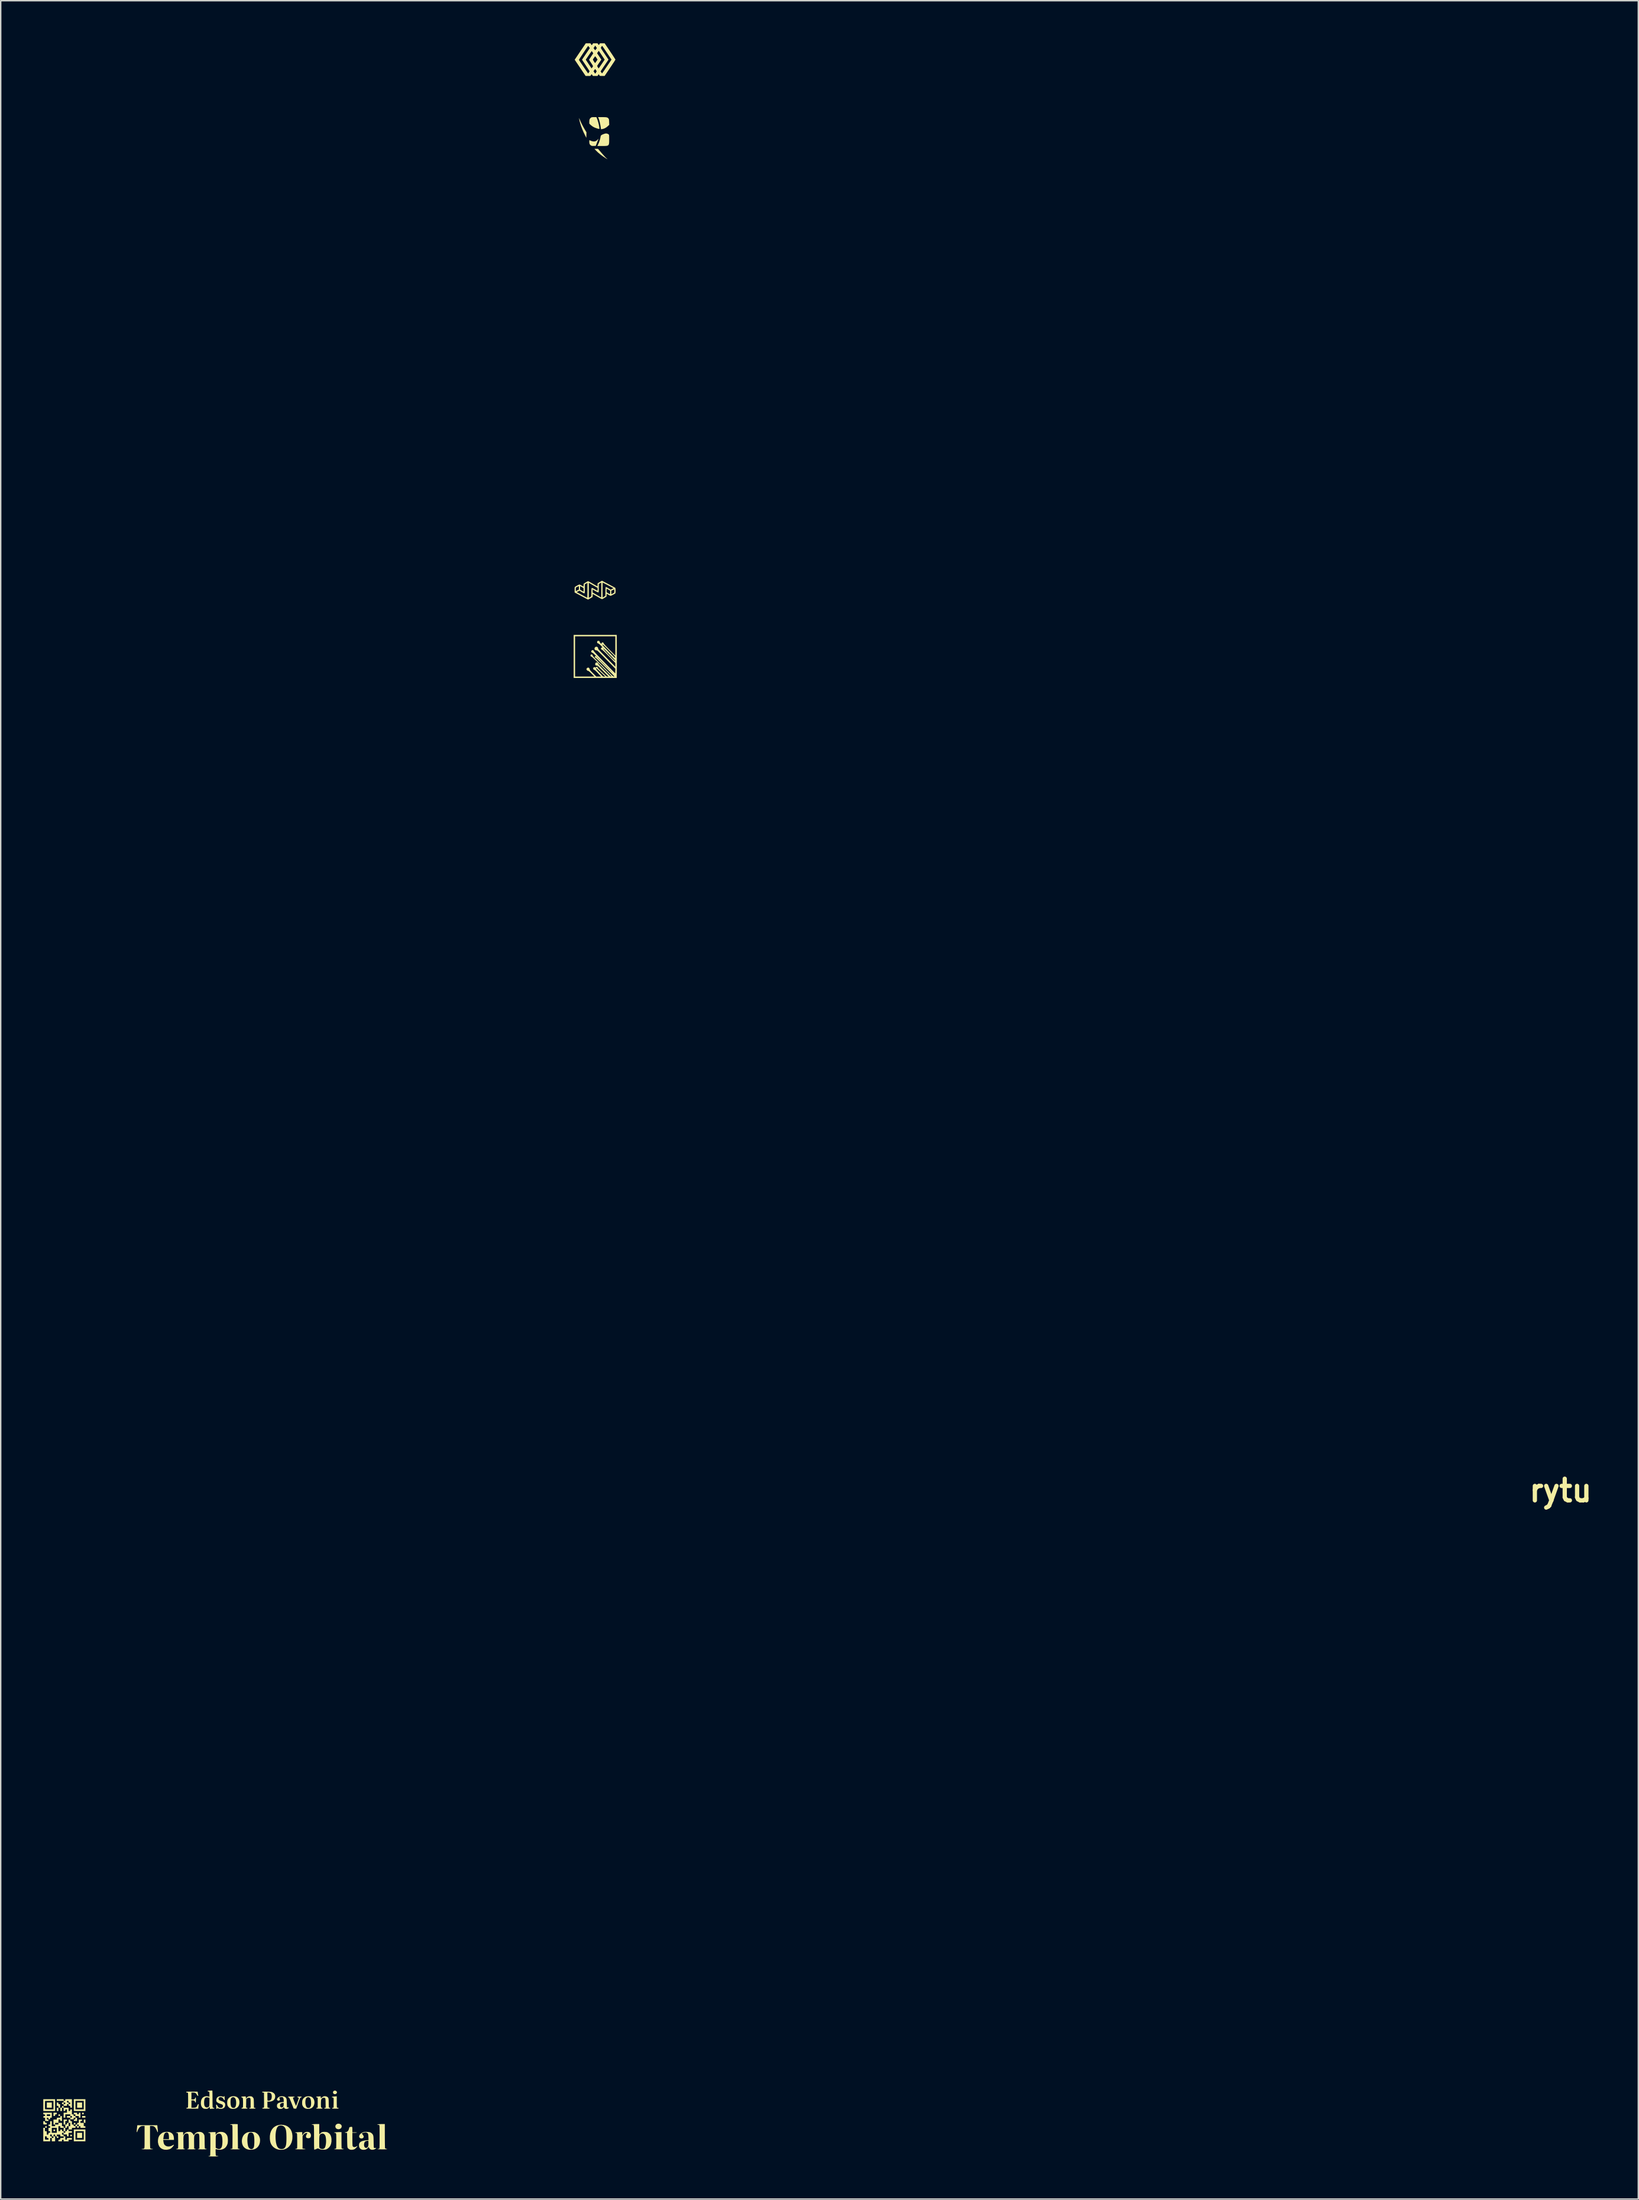
<source format=kicad_pcb>
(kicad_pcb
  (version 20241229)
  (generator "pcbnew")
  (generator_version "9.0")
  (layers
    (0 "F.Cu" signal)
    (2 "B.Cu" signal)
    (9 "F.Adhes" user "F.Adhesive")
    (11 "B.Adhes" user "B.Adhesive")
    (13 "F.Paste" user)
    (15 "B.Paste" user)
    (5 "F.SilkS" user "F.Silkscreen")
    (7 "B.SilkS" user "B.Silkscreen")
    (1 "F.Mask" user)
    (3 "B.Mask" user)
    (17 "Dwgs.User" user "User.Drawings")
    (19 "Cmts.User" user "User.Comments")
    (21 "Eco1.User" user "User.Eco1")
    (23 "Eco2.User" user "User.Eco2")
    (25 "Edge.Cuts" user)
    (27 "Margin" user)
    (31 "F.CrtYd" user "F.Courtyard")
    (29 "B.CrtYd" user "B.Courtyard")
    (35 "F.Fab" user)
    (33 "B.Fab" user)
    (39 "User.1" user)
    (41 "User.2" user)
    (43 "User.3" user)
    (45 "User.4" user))
  (footprint "rytu"
    (layer "F.Cu")
    (at 106.92 101.933)
    (property "Reference" "rytu" (at 0 0 0) (layer "F.SilkS") (effects (font (size 1.524 1.524) (thickness 0.3))))
    (attr board_only exclude_from_pos_files exclude_from_bom)
    (fp_poly (pts (xy -106.32 43.467) (xy -106.67 43.467) (xy -106.67 43.1) (xy -106.32 43.1)) (stroke (width 0) (type solid)) (fill yes) (layer "F.SilkS"))
    (fp_poly (pts (xy -105.853 43.7) (xy -105.97 43.7) (xy -105.97 43.467) (xy -105.853 43.467)) (stroke (width 0) (type solid)) (fill yes) (layer "F.SilkS"))
    (fp_poly (pts (xy -104.185 43.467) (xy -104.535 43.467) (xy -104.535 43.1) (xy -104.185 43.1)) (stroke (width 0) (type solid)) (fill yes) (layer "F.SilkS"))
    (fp_poly (pts (xy -104.185 45.6) (xy -104.535 45.6) (xy -104.535 45.233) (xy -104.185 45.233)) (stroke (width 0) (type solid)) (fill yes) (layer "F.SilkS"))
    (fp_poly (pts (xy -103.952 44.167) (xy -104.185 44.167) (xy -104.185 44.05) (xy -103.952 44.05)) (stroke (width 0) (type solid)) (fill yes) (layer "F.SilkS"))
    (fp_poly (pts (xy -69.162 -96.675) (xy -69.17 -96.667) (xy -69.179 -96.675) (xy -69.17 -96.683)) (stroke (width 0) (type solid)) (fill yes) (layer "F.SilkS"))
    (fp_poly (pts (xy -105.252 44.35) (xy -105.256 44.384) (xy -105.272 44.397) (xy -105.311 44.4) (xy -105.369 44.4) (xy -105.369 44.65) (xy -105.486 44.65) (xy -105.486 44.3) (xy -105.252 44.3)) (stroke (width 0) (type solid)) (fill yes) (layer "F.SilkS"))
    (fp_poly (pts (xy -103.952 44.533) (xy -103.999 44.533) (xy -104.037 44.53) (xy -104.057 44.522) (xy -104.063 44.501) (xy -104.067 44.456) (xy -104.068 44.406) (xy -104.068 44.3) (xy -103.952 44.3)) (stroke (width 0) (type solid)) (fill yes) (layer "F.SilkS"))
    (fp_poly (pts (xy -103.952 43.7) (xy -104.769 43.7) (xy -104.769 43.583) (xy -104.652 43.583) (xy -104.068 43.583) (xy -104.068 42.983) (xy -104.652 42.983) (xy -104.652 43.583) (xy -104.769 43.583) (xy -104.769 42.867) (xy -103.952 42.867)) (stroke (width 0) (type solid)) (fill yes) (layer "F.SilkS"))
    (fp_poly (pts (xy -103.952 45.833) (xy -104.769 45.833) (xy -104.769 45.717) (xy -104.652 45.717) (xy -104.068 45.717) (xy -104.068 45.117) (xy -104.652 45.117) (xy -104.652 45.717) (xy -104.769 45.717) (xy -104.769 45) (xy -103.952 45)) (stroke (width 0) (type solid)) (fill yes) (layer "F.SilkS"))
    (fp_poly (pts (xy -104.921 45.369) (xy -104.905 45.384) (xy -104.902 45.421) (xy -104.902 45.425) (xy -104.905 45.464) (xy -104.919 45.48) (xy -104.949 45.483) (xy -104.988 45.48) (xy -105.008 45.472) (xy -105.016 45.449) (xy -105.019 45.414) (xy -105.015 45.382) (xy -104.998 45.369) (xy -104.961 45.367)) (stroke (width 0) (type solid)) (fill yes) (layer "F.SilkS"))
    (fp_poly (pts (xy -104.67 44.536) (xy -104.655 44.548) (xy -104.654 44.581) (xy -104.655 44.587) (xy -104.663 44.626) (xy -104.685 44.642) (xy -104.715 44.647) (xy -104.751 44.648) (xy -104.766 44.635) (xy -104.769 44.6) (xy -104.769 44.593) (xy -104.766 44.553) (xy -104.752 44.537) (xy -104.716 44.533) (xy -104.709 44.533)) (stroke (width 0) (type solid)) (fill yes) (layer "F.SilkS"))
    (fp_poly (pts (xy -106.689 44.769) (xy -106.673 44.784) (xy -106.67 44.821) (xy -106.67 44.825) (xy -106.673 44.864) (xy -106.687 44.88) (xy -106.724 44.883) (xy -106.728 44.883) (xy -106.767 44.881) (xy -106.784 44.866) (xy -106.787 44.829) (xy -106.787 44.825) (xy -106.784 44.786) (xy -106.77 44.77) (xy -106.733 44.767) (xy -106.728 44.767)) (stroke (width 0) (type solid)) (fill yes) (layer "F.SilkS"))
    (fp_poly (pts (xy -106.106 45.003) (xy -106.089 45.017) (xy -106.086 45.054) (xy -106.086 45.058) (xy -106.089 45.097) (xy -106.103 45.113) (xy -106.14 45.117) (xy -106.145 45.117) (xy -106.184 45.114) (xy -106.2 45.1) (xy -106.203 45.063) (xy -106.203 45.058) (xy -106.2 45.019) (xy -106.186 45.003) (xy -106.149 45) (xy -106.145 45)) (stroke (width 0) (type solid)) (fill yes) (layer "F.SilkS"))
    (fp_poly (pts (xy -105.97 43.875) (xy -105.972 43.914) (xy -105.987 43.93) (xy -106.023 43.933) (xy -106.028 43.933) (xy -106.067 43.936) (xy -106.083 43.95) (xy -106.086 43.987) (xy -106.086 43.992) (xy -106.089 44.031) (xy -106.103 44.047) (xy -106.14 44.05) (xy -106.145 44.05) (xy -106.203 44.05) (xy -106.203 43.817) (xy -105.97 43.817)) (stroke (width 0) (type solid)) (fill yes) (layer "F.SilkS"))
    (fp_poly (pts (xy -105.755 43.936) (xy -105.739 43.95) (xy -105.736 43.987) (xy -105.736 43.992) (xy -105.739 44.031) (xy -105.753 44.047) (xy -105.79 44.05) (xy -105.794 44.05) (xy -105.834 44.047) (xy -105.85 44.033) (xy -105.853 43.996) (xy -105.853 43.992) (xy -105.85 43.953) (xy -105.836 43.937) (xy -105.799 43.933) (xy -105.794 43.933)) (stroke (width 0) (type solid)) (fill yes) (layer "F.SilkS"))
    (fp_poly (pts (xy -104.088 43.819) (xy -104.071 43.834) (xy -104.068 43.871) (xy -104.068 43.875) (xy -104.071 43.914) (xy -104.085 43.93) (xy -104.122 43.933) (xy -104.127 43.933) (xy -104.166 43.931) (xy -104.182 43.916) (xy -104.185 43.879) (xy -104.185 43.875) (xy -104.182 43.836) (xy -104.168 43.82) (xy -104.131 43.817) (xy -104.127 43.817)) (stroke (width 0) (type solid)) (fill yes) (layer "F.SilkS"))
    (fp_poly (pts (xy -86.304 42.277) (xy -86.259 42.31) (xy -86.258 42.311) (xy -86.23 42.355) (xy -86.226 42.394) (xy -86.242 42.439) (xy -86.28 42.486) (xy -86.336 42.511) (xy -86.403 42.51) (xy -86.435 42.5) (xy -86.479 42.466) (xy -86.502 42.416) (xy -86.504 42.359) (xy -86.481 42.308) (xy -86.473 42.3) (xy -86.424 42.272) (xy -86.364 42.264)) (stroke (width 0) (type solid)) (fill yes) (layer "F.SilkS"))
    (fp_poly (pts (xy -105.505 43.353) (xy -105.489 43.367) (xy -105.486 43.404) (xy -105.486 43.408) (xy -105.486 43.467) (xy -105.603 43.467) (xy -105.603 43.7) (xy -105.719 43.7) (xy -105.719 43.467) (xy -105.661 43.467) (xy -105.622 43.464) (xy -105.606 43.45) (xy -105.603 43.413) (xy -105.603 43.408) (xy -105.6 43.369) (xy -105.585 43.353) (xy -105.549 43.35) (xy -105.544 43.35)) (stroke (width 0) (type solid)) (fill yes) (layer "F.SilkS"))
    (fp_poly (pts (xy -86.025 44.607) (xy -85.963 44.64) (xy -85.916 44.69) (xy -85.892 44.753) (xy -85.89 44.779) (xy -85.905 44.853) (xy -85.945 44.913) (xy -86.005 44.956) (xy -86.077 44.98) (xy -86.157 44.98) (xy -86.237 44.955) (xy -86.295 44.91) (xy -86.33 44.848) (xy -86.34 44.778) (xy -86.322 44.708) (xy -86.297 44.668) (xy -86.239 44.62) (xy -86.169 44.595) (xy -86.096 44.591)) (stroke (width 0) (type solid)) (fill yes) (layer "F.SilkS"))
    (fp_poly (pts (xy -106.824 44.42) (xy -106.806 44.436) (xy -106.8 44.471) (xy -106.794 44.507) (xy -106.775 44.523) (xy -106.735 44.53) (xy -106.732 44.53) (xy -106.69 44.536) (xy -106.674 44.549) (xy -106.672 44.579) (xy -106.673 44.589) (xy -106.678 44.642) (xy -106.787 44.647) (xy -106.845 44.647) (xy -106.889 44.645) (xy -106.908 44.64) (xy -106.915 44.618) (xy -106.919 44.573) (xy -106.92 44.522) (xy -106.92 44.417) (xy -106.863 44.417)) (stroke (width 0) (type solid)) (fill yes) (layer "F.SilkS"))
    (fp_poly (pts (xy -67.589 -94.22) (xy -67.512 -94.132) (xy -67.436 -94.047) (xy -67.366 -93.969) (xy -67.306 -93.906) (xy -67.261 -93.861) (xy -67.253 -93.853) (xy -67.209 -93.813) (xy -67.178 -93.782) (xy -67.165 -93.767) (xy -67.165 -93.767) (xy -67.181 -93.775) (xy -67.219 -93.797) (xy -67.273 -93.83) (xy -67.312 -93.855) (xy -67.495 -93.976) (xy -67.668 -94.106) (xy -67.825 -94.238) (xy -67.96 -94.368) (xy -68.003 -94.413) (xy -68.081 -94.5) (xy -67.83 -94.5)) (stroke (width 0) (type solid)) (fill yes) (layer "F.SilkS"))
    (fp_poly (pts (xy -106.086 43.7) (xy -106.92 43.7) (xy -106.92 43.359) (xy -106.801 43.359) (xy -106.801 43.442) (xy -106.8 43.507) (xy -106.798 43.55) (xy -106.796 43.562) (xy -106.785 43.57) (xy -106.755 43.576) (xy -106.705 43.58) (xy -106.629 43.582) (xy -106.524 43.583) (xy -106.495 43.583) (xy -106.203 43.583) (xy -106.203 42.983) (xy -106.499 42.987) (xy -106.795 42.992) (xy -106.8 43.266) (xy -106.801 43.359) (xy -106.92 43.359) (xy -106.92 42.867) (xy -106.086 42.867)) (stroke (width 0) (type solid)) (fill yes) (layer "F.SilkS"))
    (fp_poly (pts (xy -105.872 43.103) (xy -105.856 43.117) (xy -105.853 43.154) (xy -105.853 43.158) (xy -105.85 43.197) (xy -105.836 43.213) (xy -105.799 43.217) (xy -105.794 43.217) (xy -105.736 43.217) (xy -105.736 43.467) (xy -105.783 43.467) (xy -105.821 43.463) (xy -105.842 43.456) (xy -105.849 43.433) (xy -105.853 43.392) (xy -105.853 43.389) (xy -105.856 43.352) (xy -105.871 43.336) (xy -105.908 43.333) (xy -105.911 43.333) (xy -105.97 43.333) (xy -105.97 43.1) (xy -105.911 43.1)) (stroke (width 0) (type solid)) (fill yes) (layer "F.SilkS"))
    (fp_poly (pts (xy -69.158 -96.65) (xy -69.149 -96.632) (xy -69.129 -96.59) (xy -69.103 -96.531) (xy -69.079 -96.475) (xy -69.011 -96.323) (xy -68.927 -96.155) (xy -68.832 -95.981) (xy -68.733 -95.811) (xy -68.644 -95.664) (xy -68.649 -95.469) (xy -68.653 -95.275) (xy -68.755 -95.475) (xy -68.852 -95.676) (xy -68.942 -95.887) (xy -69.021 -96.095) (xy -69.084 -96.289) (xy -69.086 -96.296) (xy -69.11 -96.383) (xy -69.13 -96.465) (xy -69.147 -96.539) (xy -69.158 -96.598) (xy -69.163 -96.637) (xy -69.16 -96.651)) (stroke (width 0) (type solid)) (fill yes) (layer "F.SilkS"))
    (fp_poly (pts (xy -67.912 -96.657) (xy -67.863 -96.528) (xy -67.816 -96.377) (xy -67.776 -96.215) (xy -67.745 -96.053) (xy -67.736 -95.987) (xy -67.731 -95.943) (xy -67.732 -95.916) (xy -67.746 -95.904) (xy -67.777 -95.906) (xy -67.831 -95.918) (xy -67.888 -95.933) (xy -68.045 -95.987) (xy -68.19 -96.061) (xy -68.315 -96.152) (xy -68.347 -96.181) (xy -68.445 -96.277) (xy -68.445 -96.409) (xy -68.439 -96.513) (xy -68.419 -96.591) (xy -68.382 -96.65) (xy -68.33 -96.696) (xy -68.299 -96.713) (xy -68.265 -96.725) (xy -68.22 -96.731) (xy -68.155 -96.733) (xy -68.11 -96.733) (xy -67.946 -96.733)) (stroke (width 0) (type solid)) (fill yes) (layer "F.SilkS"))
    (fp_poly (pts (xy -67.8 -95.196) (xy -67.816 -95.154) (xy -67.84 -95.092) (xy -67.871 -95.015) (xy -67.893 -94.958) (xy -67.991 -94.708) (xy -68.13 -94.704) (xy -68.205 -94.703) (xy -68.257 -94.707) (xy -68.295 -94.718) (xy -68.324 -94.733) (xy -68.384 -94.781) (xy -68.422 -94.842) (xy -68.441 -94.921) (xy -68.445 -94.997) (xy -68.443 -95.055) (xy -68.439 -95.096) (xy -68.433 -95.113) (xy -68.432 -95.113) (xy -68.301 -95.055) (xy -68.185 -95.024) (xy -68.084 -95.02) (xy -67.993 -95.044) (xy -67.91 -95.096) (xy -67.863 -95.142) (xy -67.827 -95.18) (xy -67.802 -95.206) (xy -67.795 -95.212)) (stroke (width 0) (type solid)) (fill yes) (layer "F.SilkS"))
    (fp_poly (pts (xy -67.531 -96.733) (xy -67.408 -96.732) (xy -67.313 -96.729) (xy -67.242 -96.721) (xy -67.189 -96.709) (xy -67.149 -96.69) (xy -67.117 -96.664) (xy -67.088 -96.629) (xy -67.087 -96.628) (xy -67.071 -96.602) (xy -67.061 -96.571) (xy -67.054 -96.526) (xy -67.049 -96.46) (xy -67.047 -96.386) (xy -67.041 -96.191) (xy -67.142 -96.095) (xy -67.249 -96.009) (xy -67.366 -95.943) (xy -67.484 -95.901) (xy -67.538 -95.891) (xy -67.623 -95.88) (xy -67.644 -96.044) (xy -67.66 -96.148) (xy -67.682 -96.262) (xy -67.708 -96.379) (xy -67.737 -96.489) (xy -67.765 -96.584) (xy -67.791 -96.655) (xy -67.792 -96.656) (xy -67.826 -96.733)) (stroke (width 0) (type solid)) (fill yes) (layer "F.SilkS"))
    (fp_poly (pts (xy -67.193 -95.573) (xy -67.123 -95.545) (xy -67.073 -95.509) (xy -67.062 -95.496) (xy -67.055 -95.474) (xy -67.05 -95.441) (xy -67.046 -95.39) (xy -67.045 -95.317) (xy -67.044 -95.217) (xy -67.044 -95.172) (xy -67.044 -95.038) (xy -67.048 -94.932) (xy -67.058 -94.851) (xy -67.079 -94.791) (xy -67.113 -94.75) (xy -67.164 -94.723) (xy -67.237 -94.708) (xy -67.333 -94.702) (xy -67.458 -94.7) (xy -67.543 -94.7) (xy -67.878 -94.7) (xy -67.826 -94.804) (xy -67.767 -94.935) (xy -67.715 -95.082) (xy -67.675 -95.229) (xy -67.659 -95.31) (xy -67.647 -95.376) (xy -67.634 -95.417) (xy -67.618 -95.444) (xy -67.592 -95.466) (xy -67.575 -95.476) (xy -67.514 -95.509) (xy -67.438 -95.54) (xy -67.36 -95.565) (xy -67.292 -95.581) (xy -67.261 -95.583)) (stroke (width 0) (type solid)) (fill yes) (layer "F.SilkS"))
    (fp_poly (pts (xy -86.24 43.039) (xy -86.239 43.149) (xy -86.238 43.248) (xy -86.236 43.332) (xy -86.234 43.396) (xy -86.231 43.433) (xy -86.23 43.44) (xy -86.207 43.463) (xy -86.189 43.467) (xy -86.14 43.475) (xy -86.111 43.495) (xy -86.106 43.51) (xy -86.112 43.52) (xy -86.133 43.526) (xy -86.174 43.53) (xy -86.238 43.533) (xy -86.331 43.533) (xy -86.341 43.533) (xy -86.434 43.533) (xy -86.499 43.532) (xy -86.539 43.529) (xy -86.562 43.523) (xy -86.57 43.515) (xy -86.57 43.504) (xy -86.55 43.479) (xy -86.515 43.467) (xy -86.465 43.458) (xy -86.46 43.142) (xy -86.459 43.018) (xy -86.458 42.923) (xy -86.46 42.854) (xy -86.465 42.806) (xy -86.472 42.776) (xy -86.484 42.759) (xy -86.5 42.752) (xy -86.521 42.75) (xy -86.523 42.75) (xy -86.564 42.743) (xy -86.586 42.726) (xy -86.583 42.704) (xy -86.58 42.701) (xy -86.558 42.694) (xy -86.51 42.686) (xy -86.446 42.679) (xy -86.403 42.676) (xy -86.24 42.665)) (stroke (width 0) (type solid)) (fill yes) (layer "F.SilkS"))
    (fp_poly (pts (xy -93.407 42.666) (xy -93.298 42.703) (xy -93.212 42.765) (xy -93.149 42.85) (xy -93.11 42.957) (xy -93.097 43.052) (xy -93.103 43.186) (xy -93.135 43.302) (xy -93.191 43.398) (xy -93.27 43.473) (xy -93.369 43.523) (xy -93.487 43.547) (xy -93.536 43.549) (xy -93.607 43.545) (xy -93.674 43.536) (xy -93.718 43.526) (xy -93.795 43.483) (xy -93.867 43.418) (xy -93.922 43.341) (xy -93.93 43.325) (xy -93.948 43.263) (xy -93.959 43.181) (xy -93.96 43.12) (xy -93.725 43.12) (xy -93.715 43.246) (xy -93.694 43.342) (xy -93.66 43.412) (xy -93.613 43.456) (xy -93.55 43.479) (xy -93.509 43.482) (xy -93.45 43.472) (xy -93.406 43.44) (xy -93.373 43.388) (xy -93.348 43.31) (xy -93.333 43.217) (xy -93.329 43.115) (xy -93.334 43.012) (xy -93.351 42.917) (xy -93.375 42.845) (xy -93.419 42.778) (xy -93.477 42.737) (xy -93.542 42.723) (xy -93.608 42.738) (xy -93.655 42.77) (xy -93.691 42.819) (xy -93.714 42.892) (xy -93.725 42.992) (xy -93.725 43.12) (xy -93.96 43.12) (xy -93.961 43.091) (xy -93.954 43.004) (xy -93.939 42.934) (xy -93.938 42.929) (xy -93.886 42.83) (xy -93.81 42.751) (xy -93.715 42.694) (xy -93.605 42.661) (xy -93.485 42.655)) (stroke (width 0) (type solid)) (fill yes) (layer "F.SilkS"))
    (fp_poly (pts (xy -93.353 44.62) (xy -93.22 44.625) (xy -93.211 45.483) (xy -93.203 46.342) (xy -93.132 46.357) (xy -93.089 46.37) (xy -93.064 46.382) (xy -93.061 46.387) (xy -93.077 46.391) (xy -93.121 46.394) (xy -93.189 46.397) (xy -93.275 46.399) (xy -93.375 46.4) (xy -93.403 46.4) (xy -93.506 46.399) (xy -93.596 46.397) (xy -93.669 46.395) (xy -93.72 46.391) (xy -93.744 46.387) (xy -93.745 46.386) (xy -93.73 46.375) (xy -93.693 46.365) (xy -93.677 46.362) (xy -93.631 46.354) (xy -93.602 46.344) (xy -93.598 46.342) (xy -93.595 46.323) (xy -93.593 46.275) (xy -93.591 46.2) (xy -93.59 46.101) (xy -93.588 45.982) (xy -93.587 45.846) (xy -93.587 45.696) (xy -93.586 45.535) (xy -93.586 45.522) (xy -93.586 45.337) (xy -93.587 45.183) (xy -93.587 45.056) (xy -93.588 44.954) (xy -93.589 44.873) (xy -93.591 44.812) (xy -93.594 44.768) (xy -93.597 44.736) (xy -93.602 44.715) (xy -93.607 44.702) (xy -93.614 44.694) (xy -93.619 44.69) (xy -93.658 44.673) (xy -93.706 44.667) (xy -93.744 44.663) (xy -93.761 44.653) (xy -93.762 44.651) (xy -93.746 44.643) (xy -93.704 44.634) (xy -93.641 44.627) (xy -93.565 44.622) (xy -93.482 44.619) (xy -93.398 44.618)) (stroke (width 0) (type solid)) (fill yes) (layer "F.SilkS"))
    (fp_poly (pts (xy -85.906 45.74) (xy -85.906 45.874) (xy -85.905 45.998) (xy -85.904 46.108) (xy -85.902 46.199) (xy -85.9 46.268) (xy -85.898 46.311) (xy -85.897 46.323) (xy -85.874 46.342) (xy -85.829 46.357) (xy -85.813 46.359) (xy -85.76 46.369) (xy -85.739 46.378) (xy -85.749 46.386) (xy -85.79 46.392) (xy -85.86 46.396) (xy -85.959 46.399) (xy -86.081 46.4) (xy -86.184 46.399) (xy -86.275 46.397) (xy -86.348 46.395) (xy -86.399 46.391) (xy -86.422 46.387) (xy -86.423 46.385) (xy -86.409 46.374) (xy -86.372 46.363) (xy -86.358 46.361) (xy -86.313 46.347) (xy -86.286 46.328) (xy -86.283 46.324) (xy -86.281 46.301) (xy -86.279 46.249) (xy -86.277 46.173) (xy -86.275 46.076) (xy -86.274 45.964) (xy -86.273 45.84) (xy -86.273 45.799) (xy -86.273 45.656) (xy -86.274 45.544) (xy -86.275 45.457) (xy -86.277 45.392) (xy -86.28 45.345) (xy -86.284 45.313) (xy -86.289 45.292) (xy -86.297 45.278) (xy -86.306 45.267) (xy -86.307 45.267) (xy -86.349 45.242) (xy -86.39 45.233) (xy -86.425 45.229) (xy -86.44 45.219) (xy -86.44 45.219) (xy -86.424 45.212) (xy -86.382 45.205) (xy -86.319 45.198) (xy -86.241 45.192) (xy -86.156 45.187) (xy -86.069 45.184) (xy -86.011 45.183) (xy -85.906 45.183)) (stroke (width 0) (type solid)) (fill yes) (layer "F.SilkS"))
    (fp_poly (pts (xy -106.32 44.167) (xy -106.378 44.167) (xy -106.417 44.169) (xy -106.433 44.184) (xy -106.436 44.221) (xy -106.437 44.225) (xy -106.439 44.264) (xy -106.454 44.28) (xy -106.49 44.283) (xy -106.494 44.283) (xy -106.533 44.28) (xy -106.55 44.264) (xy -106.556 44.229) (xy -106.564 44.191) (xy -106.586 44.175) (xy -106.616 44.17) (xy -106.65 44.168) (xy -106.666 44.179) (xy -106.67 44.211) (xy -106.67 44.232) (xy -106.668 44.275) (xy -106.658 44.295) (xy -106.63 44.3) (xy -106.612 44.3) (xy -106.572 44.303) (xy -106.556 44.317) (xy -106.553 44.35) (xy -106.553 44.4) (xy -106.785 44.4) (xy -106.79 44.288) (xy -106.795 44.175) (xy -106.859 44.17) (xy -106.9 44.164) (xy -106.916 44.151) (xy -106.918 44.121) (xy -106.917 44.111) (xy -106.91 44.076) (xy -106.892 44.06) (xy -106.851 44.053) (xy -106.848 44.053) (xy -106.825 44.05) (xy -106.67 44.05) (xy -106.437 44.05) (xy -106.437 43.933) (xy -106.67 43.933) (xy -106.67 44.05) (xy -106.825 44.05) (xy -106.807 44.048) (xy -106.79 44.034) (xy -106.789 44.005) (xy -106.79 43.995) (xy -106.797 43.959) (xy -106.816 43.943) (xy -106.857 43.937) (xy -106.858 43.936) (xy -106.899 43.931) (xy -106.916 43.916) (xy -106.92 43.882) (xy -106.92 43.874) (xy -106.92 43.817) (xy -106.32 43.817)) (stroke (width 0) (type solid)) (fill yes) (layer "F.SilkS"))
    (fp_poly (pts (xy -88.123 42.667) (xy -88.036 42.693) (xy -87.963 42.739) (xy -87.922 42.778) (xy -87.86 42.868) (xy -87.823 42.974) (xy -87.81 43.089) (xy -87.823 43.206) (xy -87.862 43.318) (xy -87.896 43.379) (xy -87.968 43.46) (xy -88.059 43.515) (xy -88.169 43.544) (xy -88.257 43.549) (xy -88.331 43.546) (xy -88.397 43.536) (xy -88.438 43.525) (xy -88.528 43.475) (xy -88.594 43.412) (xy -88.637 43.344) (xy -88.66 43.295) (xy -88.673 43.248) (xy -88.679 43.192) (xy -88.681 43.117) (xy -88.676 43.023) (xy -88.452 43.023) (xy -88.452 43.126) (xy -88.44 43.227) (xy -88.418 43.319) (xy -88.386 43.395) (xy -88.345 43.447) (xy -88.323 43.462) (xy -88.259 43.482) (xy -88.194 43.479) (xy -88.14 43.456) (xy -88.129 43.446) (xy -88.096 43.402) (xy -88.076 43.363) (xy -88.056 43.284) (xy -88.047 43.187) (xy -88.048 43.082) (xy -88.058 42.978) (xy -88.077 42.886) (xy -88.104 42.815) (xy -88.11 42.805) (xy -88.159 42.753) (xy -88.22 42.727) (xy -88.285 42.726) (xy -88.346 42.75) (xy -88.395 42.798) (xy -88.414 42.834) (xy -88.44 42.923) (xy -88.452 43.023) (xy -88.676 43.023) (xy -88.676 43.015) (xy -88.66 42.935) (xy -88.63 42.867) (xy -88.582 42.802) (xy -88.576 42.796) (xy -88.499 42.727) (xy -88.409 42.683) (xy -88.3 42.662) (xy -88.233 42.659)) (stroke (width 0) (type solid)) (fill yes) (layer "F.SilkS"))
    (fp_poly (pts (xy -82.853 45.438) (xy -82.852 45.601) (xy -82.851 45.755) (xy -82.85 45.897) (xy -82.848 46.023) (xy -82.846 46.13) (xy -82.844 46.213) (xy -82.842 46.271) (xy -82.84 46.299) (xy -82.84 46.3) (xy -82.823 46.33) (xy -82.788 46.349) (xy -82.758 46.357) (xy -82.715 46.37) (xy -82.69 46.382) (xy -82.688 46.387) (xy -82.703 46.391) (xy -82.748 46.394) (xy -82.815 46.397) (xy -82.902 46.399) (xy -83.002 46.4) (xy -83.029 46.4) (xy -83.154 46.399) (xy -83.252 46.397) (xy -83.322 46.393) (xy -83.362 46.388) (xy -83.371 46.383) (xy -83.357 46.371) (xy -83.329 46.367) (xy -83.282 46.36) (xy -83.254 46.349) (xy -83.246 46.344) (xy -83.24 46.336) (xy -83.235 46.322) (xy -83.231 46.299) (xy -83.228 46.264) (xy -83.225 46.215) (xy -83.224 46.148) (xy -83.223 46.061) (xy -83.222 45.952) (xy -83.221 45.817) (xy -83.221 45.653) (xy -83.221 45.517) (xy -83.221 45.331) (xy -83.222 45.175) (xy -83.222 45.048) (xy -83.223 44.945) (xy -83.224 44.864) (xy -83.226 44.803) (xy -83.229 44.758) (xy -83.232 44.727) (xy -83.236 44.707) (xy -83.242 44.694) (xy -83.248 44.687) (xy -83.254 44.684) (xy -83.294 44.671) (xy -83.337 44.667) (xy -83.373 44.663) (xy -83.388 44.653) (xy -83.388 44.652) (xy -83.372 44.642) (xy -83.328 44.633) (xy -83.26 44.626) (xy -83.174 44.62) (xy -83.074 44.617) (xy -83.019 44.617) (xy -82.854 44.617)) (stroke (width 0) (type solid)) (fill yes) (layer "F.SilkS"))
    (fp_poly (pts (xy -85.162 44.823) (xy -85.149 44.849) (xy -85.142 44.896) (xy -85.139 44.969) (xy -85.139 45.018) (xy -85.139 45.2) (xy -84.981 45.2) (xy -84.906 45.202) (xy -84.852 45.206) (xy -84.825 45.213) (xy -84.822 45.217) (xy -84.838 45.225) (xy -84.882 45.23) (xy -84.949 45.233) (xy -84.981 45.233) (xy -85.139 45.233) (xy -85.139 45.683) (xy -85.138 45.846) (xy -85.136 45.977) (xy -85.132 46.076) (xy -85.127 46.141) (xy -85.12 46.173) (xy -85.084 46.216) (xy -85.029 46.238) (xy -84.963 46.239) (xy -84.892 46.218) (xy -84.834 46.183) (xy -84.799 46.16) (xy -84.784 46.159) (xy -84.787 46.178) (xy -84.808 46.213) (xy -84.846 46.26) (xy -84.864 46.281) (xy -84.933 46.348) (xy -84.995 46.39) (xy -85.034 46.407) (xy -85.122 46.426) (xy -85.216 46.431) (xy -85.3 46.42) (xy -85.307 46.417) (xy -85.388 46.379) (xy -85.451 46.322) (xy -85.469 46.293) (xy -85.478 46.274) (xy -85.485 46.248) (xy -85.49 46.211) (xy -85.494 46.16) (xy -85.498 46.09) (xy -85.501 45.997) (xy -85.504 45.879) (xy -85.506 45.742) (xy -85.514 45.242) (xy -85.594 45.237) (xy -85.639 45.23) (xy -85.667 45.219) (xy -85.674 45.208) (xy -85.655 45.201) (xy -85.635 45.2) (xy -85.597 45.193) (xy -85.546 45.175) (xy -85.528 45.168) (xy -85.466 45.124) (xy -85.417 45.057) (xy -85.382 44.961) (xy -85.371 44.918) (xy -85.361 44.875) (xy -85.348 44.848) (xy -85.325 44.832) (xy -85.285 44.823) (xy -85.219 44.814) (xy -85.214 44.813) (xy -85.183 44.813)) (stroke (width 0) (type solid)) (fill yes) (layer "F.SilkS"))
    (fp_poly (pts (xy -98.106 45.171) (xy -98.021 45.185) (xy -98.003 45.19) (xy -97.897 45.239) (xy -97.816 45.308) (xy -97.76 45.398) (xy -97.727 45.512) (xy -97.717 45.596) (xy -97.71 45.733) (xy -98.469 45.733) (xy -98.458 45.821) (xy -98.441 45.922) (xy -98.42 45.997) (xy -98.391 46.055) (xy -98.369 46.085) (xy -98.296 46.147) (xy -98.206 46.185) (xy -98.103 46.199) (xy -97.994 46.189) (xy -97.885 46.154) (xy -97.809 46.114) (xy -97.764 46.088) (xy -97.731 46.073) (xy -97.719 46.073) (xy -97.718 46.097) (xy -97.739 46.138) (xy -97.78 46.194) (xy -97.838 46.259) (xy -97.849 46.269) (xy -97.906 46.323) (xy -97.957 46.359) (xy -98.014 46.385) (xy -98.055 46.398) (xy -98.206 46.428) (xy -98.356 46.425) (xy -98.447 46.407) (xy -98.57 46.358) (xy -98.671 46.285) (xy -98.749 46.188) (xy -98.804 46.067) (xy -98.836 45.923) (xy -98.84 45.89) (xy -98.841 45.779) (xy -98.829 45.683) (xy -98.466 45.683) (xy -98.064 45.683) (xy -98.064 45.549) (xy -98.07 45.423) (xy -98.088 45.327) (xy -98.118 45.261) (xy -98.144 45.233) (xy -98.192 45.206) (xy -98.243 45.204) (xy -98.306 45.226) (xy -98.356 45.267) (xy -98.397 45.334) (xy -98.427 45.424) (xy -98.439 45.492) (xy -98.447 45.554) (xy -98.455 45.611) (xy -98.458 45.629) (xy -98.466 45.683) (xy -98.829 45.683) (xy -98.827 45.662) (xy -98.799 45.552) (xy -98.759 45.462) (xy -98.758 45.46) (xy -98.699 45.379) (xy -98.62 45.302) (xy -98.534 45.239) (xy -98.485 45.213) (xy -98.409 45.19) (xy -98.312 45.174) (xy -98.207 45.168)) (stroke (width 0) (type solid)) (fill yes) (layer "F.SilkS"))
    (fp_poly (pts (xy -92.172 45.176) (xy -92.108 45.178) (xy -92.061 45.183) (xy -92.022 45.193) (xy -91.983 45.209) (xy -91.957 45.222) (xy -91.846 45.294) (xy -91.757 45.389) (xy -91.693 45.505) (xy -91.654 45.638) (xy -91.643 45.765) (xy -91.657 45.917) (xy -91.697 46.056) (xy -91.762 46.176) (xy -91.849 46.276) (xy -91.956 46.353) (xy -92.026 46.385) (xy -92.107 46.407) (xy -92.208 46.422) (xy -92.315 46.428) (xy -92.415 46.425) (xy -92.475 46.416) (xy -92.607 46.373) (xy -92.719 46.304) (xy -92.81 46.211) (xy -92.862 46.125) (xy -92.906 46.005) (xy -92.926 45.876) (xy -92.924 45.748) (xy -92.539 45.748) (xy -92.534 45.871) (xy -92.522 45.992) (xy -92.504 46.103) (xy -92.481 46.193) (xy -92.473 46.213) (xy -92.43 46.291) (xy -92.372 46.347) (xy -92.307 46.379) (xy -92.238 46.385) (xy -92.173 46.362) (xy -92.156 46.35) (xy -92.122 46.318) (xy -92.096 46.276) (xy -92.077 46.222) (xy -92.063 46.15) (xy -92.054 46.055) (xy -92.048 45.933) (xy -92.047 45.897) (xy -92.047 45.716) (xy -92.055 45.565) (xy -92.073 45.443) (xy -92.102 45.349) (xy -92.141 45.28) (xy -92.193 45.236) (xy -92.257 45.213) (xy -92.306 45.21) (xy -92.373 45.223) (xy -92.428 45.259) (xy -92.47 45.321) (xy -92.502 45.409) (xy -92.525 45.527) (xy -92.535 45.633) (xy -92.539 45.748) (xy -92.924 45.748) (xy -92.924 45.744) (xy -92.901 45.615) (xy -92.858 45.496) (xy -92.797 45.392) (xy -92.718 45.31) (xy -92.697 45.294) (xy -92.622 45.246) (xy -92.554 45.212) (xy -92.485 45.191) (xy -92.404 45.179) (xy -92.302 45.175) (xy -92.261 45.175)) (stroke (width 0) (type solid)) (fill yes) (layer "F.SilkS"))
    (fp_poly (pts (xy -98.86 44.937) (xy -98.85 45.038) (xy -98.844 45.116) (xy -98.844 45.168) (xy -98.848 45.19) (xy -98.865 45.191) (xy -98.875 45.174) (xy -98.903 45.104) (xy -98.939 45.027) (xy -98.978 44.951) (xy -99.015 44.889) (xy -99.041 44.852) (xy -99.102 44.797) (xy -99.175 44.764) (xy -99.268 44.751) (xy -99.298 44.75) (xy -99.399 44.75) (xy -99.399 45.522) (xy -99.398 45.71) (xy -99.398 45.867) (xy -99.397 45.996) (xy -99.395 46.1) (xy -99.393 46.18) (xy -99.39 46.241) (xy -99.386 46.283) (xy -99.382 46.309) (xy -99.377 46.324) (xy -99.376 46.324) (xy -99.339 46.348) (xy -99.271 46.362) (xy -99.268 46.363) (xy -99.219 46.37) (xy -99.188 46.379) (xy -99.182 46.385) (xy -99.198 46.389) (xy -99.242 46.393) (xy -99.312 46.396) (xy -99.4 46.398) (xy -99.505 46.4) (xy -99.59 46.4) (xy -99.729 46.399) (xy -99.841 46.397) (xy -99.924 46.394) (xy -99.977 46.39) (xy -99.999 46.384) (xy -99.999 46.383) (xy -99.984 46.373) (xy -99.946 46.367) (xy -99.924 46.367) (xy -99.86 46.359) (xy -99.817 46.334) (xy -99.815 46.333) (xy -99.808 46.325) (xy -99.801 46.313) (xy -99.796 46.297) (xy -99.792 46.271) (xy -99.789 46.235) (xy -99.786 46.184) (xy -99.784 46.116) (xy -99.783 46.028) (xy -99.783 45.916) (xy -99.782 45.779) (xy -99.782 45.612) (xy -99.782 45.525) (xy -99.782 44.75) (xy -99.883 44.75) (xy -99.971 44.757) (xy -100.046 44.779) (xy -100.11 44.82) (xy -100.167 44.882) (xy -100.22 44.97) (xy -100.272 45.086) (xy -100.299 45.157) (xy -100.317 45.189) (xy -100.333 45.189) (xy -100.339 45.165) (xy -100.338 45.109) (xy -100.331 45.024) (xy -100.322 44.937) (xy -100.294 44.7) (xy -98.888 44.7)) (stroke (width 0) (type solid)) (fill yes) (layer "F.SilkS"))
    (fp_poly (pts (xy -89.976 44.682) (xy -89.827 44.723) (xy -89.696 44.791) (xy -89.585 44.883) (xy -89.495 44.997) (xy -89.426 45.131) (xy -89.381 45.283) (xy -89.361 45.453) (xy -89.367 45.637) (xy -89.383 45.755) (xy -89.426 45.913) (xy -89.494 46.056) (xy -89.584 46.18) (xy -89.693 46.283) (xy -89.819 46.36) (xy -89.958 46.41) (xy -89.99 46.417) (xy -90.099 46.429) (xy -90.218 46.43) (xy -90.33 46.42) (xy -90.356 46.416) (xy -90.489 46.374) (xy -90.615 46.307) (xy -90.727 46.219) (xy -90.815 46.115) (xy -90.819 46.11) (xy -90.877 46.009) (xy -90.917 45.902) (xy -90.942 45.781) (xy -90.955 45.641) (xy -90.953 45.486) (xy -90.555 45.486) (xy -90.55 45.667) (xy -90.544 45.743) (xy -90.522 45.922) (xy -90.487 46.069) (xy -90.441 46.187) (xy -90.382 46.276) (xy -90.309 46.337) (xy -90.223 46.371) (xy -90.121 46.38) (xy -90.113 46.379) (xy -90.03 46.368) (xy -89.971 46.345) (xy -89.963 46.339) (xy -89.914 46.296) (xy -89.874 46.245) (xy -89.843 46.182) (xy -89.819 46.104) (xy -89.802 46.006) (xy -89.792 45.886) (xy -89.786 45.74) (xy -89.784 45.575) (xy -89.787 45.399) (xy -89.793 45.253) (xy -89.805 45.132) (xy -89.823 45.033) (xy -89.849 44.952) (xy -89.882 44.885) (xy -89.924 44.829) (xy -89.966 44.787) (xy -90.039 44.743) (xy -90.128 44.72) (xy -90.221 44.718) (xy -90.308 44.739) (xy -90.358 44.765) (xy -90.415 44.825) (xy -90.463 44.913) (xy -90.501 45.026) (xy -90.53 45.162) (xy -90.548 45.316) (xy -90.555 45.486) (xy -90.953 45.486) (xy -90.952 45.446) (xy -90.924 45.27) (xy -90.871 45.114) (xy -90.795 44.979) (xy -90.698 44.867) (xy -90.579 44.778) (xy -90.441 44.714) (xy -90.285 44.677) (xy -90.142 44.667)) (stroke (width 0) (type solid)) (fill yes) (layer "F.SilkS"))
    (fp_poly (pts (xy -88.789 42.684) (xy -88.74 42.688) (xy -88.715 42.695) (xy -88.708 42.706) (xy -88.723 42.725) (xy -88.758 42.743) (xy -88.762 42.744) (xy -88.78 42.75) (xy -88.794 42.759) (xy -88.809 42.775) (xy -88.824 42.801) (xy -88.843 42.842) (xy -88.867 42.902) (xy -88.898 42.984) (xy -88.937 43.091) (xy -88.957 43.146) (xy -89.097 43.533) (xy -89.187 43.533) (xy -89.239 43.532) (xy -89.269 43.524) (xy -89.285 43.506) (xy -89.293 43.487) (xy -89.304 43.459) (xy -89.326 43.404) (xy -89.355 43.329) (xy -89.391 43.239) (xy -89.43 43.139) (xy -89.445 43.103) (xy -89.49 42.991) (xy -89.525 42.906) (xy -89.552 42.844) (xy -89.573 42.802) (xy -89.591 42.774) (xy -89.606 42.758) (xy -89.623 42.749) (xy -89.628 42.747) (xy -89.661 42.728) (xy -89.676 42.707) (xy -89.67 42.697) (xy -89.649 42.691) (xy -89.609 42.686) (xy -89.546 42.684) (xy -89.454 42.683) (xy -89.442 42.683) (xy -89.348 42.684) (xy -89.282 42.686) (xy -89.24 42.689) (xy -89.218 42.695) (xy -89.209 42.704) (xy -89.209 42.708) (xy -89.222 42.729) (xy -89.241 42.733) (xy -89.291 42.741) (xy -89.32 42.761) (xy -89.325 42.776) (xy -89.32 42.801) (xy -89.305 42.849) (xy -89.282 42.914) (xy -89.255 42.989) (xy -89.224 43.069) (xy -89.193 43.148) (xy -89.164 43.221) (xy -89.139 43.28) (xy -89.12 43.321) (xy -89.109 43.338) (xy -89.108 43.338) (xy -89.1 43.32) (xy -89.083 43.276) (xy -89.059 43.213) (xy -89.032 43.136) (xy -89.002 43.052) (xy -88.972 42.967) (xy -88.944 42.886) (xy -88.92 42.816) (xy -88.916 42.805) (xy -88.922 42.776) (xy -88.949 42.749) (xy -88.985 42.734) (xy -88.993 42.733) (xy -89.019 42.723) (xy -89.025 42.708) (xy -89.019 42.696) (xy -88.999 42.689) (xy -88.957 42.685) (xy -88.89 42.683) (xy -88.867 42.683)) (stroke (width 0) (type solid)) (fill yes) (layer "F.SilkS"))
    (fp_poly (pts (xy -88.238 45.176) (xy -88.172 45.2) (xy -88.148 45.217) (xy -88.091 45.29) (xy -88.061 45.374) (xy -88.059 45.46) (xy -88.083 45.534) (xy -88.115 45.579) (xy -88.158 45.605) (xy -88.221 45.616) (xy -88.257 45.617) (xy -88.332 45.605) (xy -88.383 45.573) (xy -88.408 45.522) (xy -88.407 45.457) (xy -88.378 45.379) (xy -88.357 45.343) (xy -88.331 45.298) (xy -88.316 45.265) (xy -88.315 45.254) (xy -88.337 45.248) (xy -88.375 45.246) (xy -88.375 45.246) (xy -88.456 45.265) (xy -88.532 45.312) (xy -88.594 45.384) (xy -88.6 45.392) (xy -88.65 45.472) (xy -88.65 46.342) (xy -88.546 46.357) (xy -88.492 46.367) (xy -88.454 46.378) (xy -88.441 46.386) (xy -88.457 46.39) (xy -88.502 46.394) (xy -88.57 46.397) (xy -88.657 46.399) (xy -88.759 46.4) (xy -88.808 46.4) (xy -88.915 46.399) (xy -89.009 46.398) (xy -89.087 46.395) (xy -89.143 46.391) (xy -89.172 46.387) (xy -89.175 46.385) (xy -89.16 46.374) (xy -89.124 46.363) (xy -89.109 46.36) (xy -89.061 46.347) (xy -89.037 46.325) (xy -89.033 46.312) (xy -89.031 46.287) (xy -89.029 46.232) (xy -89.028 46.153) (xy -89.027 46.055) (xy -89.027 45.941) (xy -89.028 45.816) (xy -89.029 45.778) (xy -89.03 45.636) (xy -89.032 45.523) (xy -89.034 45.437) (xy -89.036 45.372) (xy -89.039 45.327) (xy -89.044 45.296) (xy -89.05 45.277) (xy -89.057 45.264) (xy -89.066 45.257) (xy -89.107 45.239) (xy -89.145 45.233) (xy -89.179 45.229) (xy -89.192 45.219) (xy -89.176 45.212) (xy -89.134 45.204) (xy -89.071 45.197) (xy -88.994 45.191) (xy -88.91 45.186) (xy -88.824 45.184) (xy -88.781 45.183) (xy -88.675 45.183) (xy -88.674 45.312) (xy -88.673 45.376) (xy -88.671 45.41) (xy -88.667 45.419) (xy -88.659 45.407) (xy -88.652 45.392) (xy -88.6 45.308) (xy -88.528 45.235) (xy -88.47 45.198) (xy -88.398 45.174) (xy -88.317 45.167)) (stroke (width 0) (type solid)) (fill yes) (layer "F.SilkS"))
    (fp_poly (pts (xy -91.324 42.333) (xy -91.227 42.335) (xy -91.171 42.336) (xy -91.06 42.338) (xy -90.976 42.341) (xy -90.914 42.345) (xy -90.868 42.35) (xy -90.832 42.357) (xy -90.801 42.368) (xy -90.768 42.383) (xy -90.75 42.392) (xy -90.665 42.45) (xy -90.608 42.523) (xy -90.58 42.613) (xy -90.576 42.671) (xy -90.59 42.781) (xy -90.632 42.874) (xy -90.7 42.947) (xy -90.791 43) (xy -90.904 43.031) (xy -90.997 43.038) (xy -91.126 43.039) (xy -91.126 43.245) (xy -91.125 43.339) (xy -91.122 43.404) (xy -91.116 43.442) (xy -91.107 43.457) (xy -91.106 43.458) (xy -91.076 43.464) (xy -91.031 43.473) (xy -91.022 43.474) (xy -90.977 43.488) (xy -90.96 43.508) (xy -90.96 43.509) (xy -90.965 43.518) (xy -90.982 43.525) (xy -91.017 43.529) (xy -91.074 43.532) (xy -91.156 43.533) (xy -91.227 43.533) (xy -91.328 43.533) (xy -91.401 43.531) (xy -91.45 43.528) (xy -91.478 43.523) (xy -91.491 43.516) (xy -91.493 43.509) (xy -91.479 43.488) (xy -91.448 43.474) (xy -91.406 43.464) (xy -91.381 43.457) (xy -91.374 43.449) (xy -91.37 43.425) (xy -91.366 43.383) (xy -91.364 43.32) (xy -91.363 43.233) (xy -91.363 43.119) (xy -91.364 42.976) (xy -91.364 42.93) (xy -91.366 42.682) (xy -91.126 42.682) (xy -91.126 42.786) (xy -91.125 42.861) (xy -91.122 42.912) (xy -91.118 42.945) (xy -91.111 42.962) (xy -91.102 42.97) (xy -91.097 42.972) (xy -91.041 42.975) (xy -90.975 42.962) (xy -90.916 42.937) (xy -90.907 42.931) (xy -90.86 42.878) (xy -90.831 42.797) (xy -90.82 42.69) (xy -90.82 42.666) (xy -90.831 42.563) (xy -90.862 42.486) (xy -90.914 42.434) (xy -90.988 42.406) (xy -91.059 42.4) (xy -91.126 42.4) (xy -91.126 42.682) (xy -91.366 42.682) (xy -91.368 42.408) (xy -91.431 42.403) (xy -91.473 42.396) (xy -91.491 42.38) (xy -91.493 42.364) (xy -91.492 42.352) (xy -91.486 42.343) (xy -91.471 42.337) (xy -91.442 42.334) (xy -91.394 42.333)) (stroke (width 0) (type solid)) (fill yes) (layer "F.SilkS"))
    (fp_poly (pts (xy -87.026 42.658) (xy -86.94 42.688) (xy -86.897 42.712) (xy -86.864 42.739) (xy -86.84 42.774) (xy -86.824 42.82) (xy -86.814 42.884) (xy -86.809 42.97) (xy -86.807 43.083) (xy -86.807 43.133) (xy -86.806 43.229) (xy -86.804 43.314) (xy -86.801 43.382) (xy -86.798 43.427) (xy -86.794 43.443) (xy -86.77 43.46) (xy -86.736 43.473) (xy -86.703 43.489) (xy -86.69 43.509) (xy -86.695 43.519) (xy -86.714 43.526) (xy -86.75 43.53) (xy -86.81 43.533) (xy -86.898 43.533) (xy -86.907 43.533) (xy -86.998 43.533) (xy -87.061 43.53) (xy -87.099 43.526) (xy -87.119 43.519) (xy -87.124 43.51) (xy -87.109 43.49) (xy -87.074 43.475) (xy -87.073 43.475) (xy -87.022 43.464) (xy -87.027 43.139) (xy -87.029 43.018) (xy -87.033 42.927) (xy -87.039 42.861) (xy -87.049 42.816) (xy -87.065 42.789) (xy -87.088 42.774) (xy -87.12 42.768) (xy -87.162 42.767) (xy -87.166 42.767) (xy -87.239 42.781) (xy -87.296 42.825) (xy -87.334 42.894) (xy -87.339 42.91) (xy -87.346 42.952) (xy -87.351 43.018) (xy -87.355 43.099) (xy -87.357 43.187) (xy -87.357 43.273) (xy -87.355 43.349) (xy -87.351 43.406) (xy -87.347 43.428) (xy -87.322 43.462) (xy -87.289 43.475) (xy -87.255 43.49) (xy -87.241 43.51) (xy -87.246 43.519) (xy -87.266 43.526) (xy -87.306 43.53) (xy -87.369 43.533) (xy -87.46 43.533) (xy -87.466 43.533) (xy -87.56 43.533) (xy -87.625 43.53) (xy -87.665 43.526) (xy -87.686 43.519) (xy -87.691 43.511) (xy -87.677 43.491) (xy -87.641 43.474) (xy -87.637 43.473) (xy -87.582 43.457) (xy -87.582 42.76) (xy -87.637 42.746) (xy -87.678 42.728) (xy -87.691 42.707) (xy -87.675 42.69) (xy -87.635 42.683) (xy -87.587 42.682) (xy -87.523 42.677) (xy -87.477 42.673) (xy -87.374 42.662) (xy -87.374 42.713) (xy -87.371 42.768) (xy -87.359 42.792) (xy -87.336 42.786) (xy -87.297 42.752) (xy -87.294 42.749) (xy -87.211 42.687) (xy -87.121 42.656)) (stroke (width 0) (type solid)) (fill yes) (layer "F.SilkS"))
    (fp_poly (pts (xy -95.017 42.26) (xy -95.008 42.262) (xy -95.005 42.28) (xy -95.002 42.327) (xy -95 42.399) (xy -94.998 42.493) (xy -94.997 42.605) (xy -94.996 42.731) (xy -94.995 42.83) (xy -94.995 42.965) (xy -94.994 43.091) (xy -94.993 43.203) (xy -94.991 43.297) (xy -94.989 43.369) (xy -94.987 43.415) (xy -94.985 43.429) (xy -94.963 43.461) (xy -94.919 43.476) (xy -94.876 43.492) (xy -94.862 43.511) (xy -94.877 43.527) (xy -94.918 43.533) (xy -94.966 43.535) (xy -95.031 43.54) (xy -95.074 43.544) (xy -95.174 43.554) (xy -95.186 43.483) (xy -95.197 43.411) (xy -95.251 43.462) (xy -95.293 43.498) (xy -95.332 43.526) (xy -95.341 43.531) (xy -95.386 43.544) (xy -95.451 43.549) (xy -95.522 43.546) (xy -95.587 43.537) (xy -95.621 43.526) (xy -95.703 43.472) (xy -95.763 43.393) (xy -95.802 43.29) (xy -95.818 43.164) (xy -95.818 43.142) (xy -95.814 43.092) (xy -95.587 43.092) (xy -95.584 43.196) (xy -95.575 43.273) (xy -95.558 43.332) (xy -95.531 43.378) (xy -95.514 43.399) (xy -95.455 43.44) (xy -95.385 43.451) (xy -95.309 43.432) (xy -95.298 43.426) (xy -95.269 43.407) (xy -95.246 43.382) (xy -95.231 43.346) (xy -95.221 43.294) (xy -95.215 43.221) (xy -95.213 43.123) (xy -95.212 43.048) (xy -95.212 42.782) (xy -95.27 42.757) (xy -95.348 42.737) (xy -95.424 42.737) (xy -95.486 42.757) (xy -95.5 42.766) (xy -95.539 42.816) (xy -95.567 42.895) (xy -95.584 42.998) (xy -95.587 43.092) (xy -95.814 43.092) (xy -95.807 43.003) (xy -95.773 42.886) (xy -95.717 42.791) (xy -95.639 42.72) (xy -95.541 42.675) (xy -95.461 42.656) (xy -95.395 42.652) (xy -95.325 42.664) (xy -95.29 42.673) (xy -95.212 42.697) (xy -95.212 42.523) (xy -95.214 42.436) (xy -95.218 42.38) (xy -95.226 42.349) (xy -95.233 42.343) (xy -95.265 42.334) (xy -95.3 42.326) (xy -95.333 42.312) (xy -95.346 42.293) (xy -95.337 42.282) (xy -95.307 42.273) (xy -95.252 42.267) (xy -95.183 42.263) (xy -95.113 42.26) (xy -95.055 42.259)) (stroke (width 0) (type solid)) (fill yes) (layer "F.SilkS"))
    (fp_poly (pts (xy -92.262 42.667) (xy -92.196 42.695) (xy -92.143 42.749) (xy -92.119 42.785) (xy -92.107 42.809) (xy -92.098 42.836) (xy -92.091 42.874) (xy -92.087 42.926) (xy -92.084 42.998) (xy -92.081 43.096) (xy -92.08 43.153) (xy -92.075 43.463) (xy -92.017 43.474) (xy -91.977 43.488) (xy -91.96 43.508) (xy -91.96 43.509) (xy -91.966 43.519) (xy -91.985 43.526) (xy -92.022 43.53) (xy -92.082 43.533) (xy -92.171 43.533) (xy -92.185 43.533) (xy -92.279 43.533) (xy -92.343 43.531) (xy -92.383 43.526) (xy -92.404 43.52) (xy -92.411 43.51) (xy -92.411 43.51) (xy -92.396 43.49) (xy -92.361 43.475) (xy -92.361 43.475) (xy -92.311 43.464) (xy -92.311 43.152) (xy -92.311 43.029) (xy -92.313 42.936) (xy -92.319 42.867) (xy -92.329 42.82) (xy -92.345 42.791) (xy -92.368 42.775) (xy -92.399 42.768) (xy -92.436 42.767) (xy -92.496 42.773) (xy -92.544 42.798) (xy -92.565 42.815) (xy -92.619 42.864) (xy -92.624 43.157) (xy -92.63 43.451) (xy -92.578 43.469) (xy -92.543 43.488) (xy -92.527 43.509) (xy -92.527 43.51) (xy -92.533 43.52) (xy -92.555 43.527) (xy -92.596 43.531) (xy -92.661 43.533) (xy -92.744 43.533) (xy -92.834 43.533) (xy -92.896 43.531) (xy -92.934 43.527) (xy -92.954 43.52) (xy -92.961 43.51) (xy -92.961 43.508) (xy -92.946 43.486) (xy -92.912 43.473) (xy -92.87 43.452) (xy -92.854 43.427) (xy -92.85 43.394) (xy -92.847 43.335) (xy -92.845 43.257) (xy -92.845 43.169) (xy -92.845 43.076) (xy -92.847 42.986) (xy -92.85 42.905) (xy -92.853 42.842) (xy -92.858 42.802) (xy -92.86 42.795) (xy -92.891 42.758) (xy -92.926 42.744) (xy -92.962 42.731) (xy -92.978 42.712) (xy -92.978 42.711) (xy -92.968 42.699) (xy -92.936 42.689) (xy -92.878 42.681) (xy -92.827 42.677) (xy -92.759 42.673) (xy -92.702 42.672) (xy -92.667 42.673) (xy -92.66 42.675) (xy -92.651 42.697) (xy -92.645 42.739) (xy -92.644 42.762) (xy -92.644 42.838) (xy -92.607 42.783) (xy -92.545 42.715) (xy -92.468 42.675) (xy -92.37 42.659) (xy -92.349 42.658)) (stroke (width 0) (type solid)) (fill yes) (layer "F.SilkS"))
    (fp_poly (pts (xy -90.01 42.665) (xy -89.922 42.691) (xy -89.857 42.731) (xy -89.807 42.792) (xy -89.801 42.802) (xy -89.788 42.827) (xy -89.779 42.857) (xy -89.772 42.898) (xy -89.767 42.955) (xy -89.763 43.034) (xy -89.759 43.14) (xy -89.759 43.15) (xy -89.751 43.442) (xy -89.685 43.443) (xy -89.634 43.449) (xy -89.615 43.466) (xy -89.628 43.491) (xy -89.662 43.516) (xy -89.73 43.544) (xy -89.804 43.551) (xy -89.871 43.538) (xy -89.918 43.509) (xy -89.946 43.473) (xy -89.959 43.44) (xy -89.96 43.438) (xy -89.963 43.422) (xy -89.976 43.429) (xy -89.995 43.45) (xy -90.05 43.505) (xy -90.111 43.536) (xy -90.187 43.549) (xy -90.222 43.55) (xy -90.282 43.548) (xy -90.323 43.54) (xy -90.356 43.521) (xy -90.387 43.494) (xy -90.424 43.456) (xy -90.444 43.418) (xy -90.453 43.367) (xy -90.455 43.349) (xy -90.451 43.288) (xy -90.238 43.288) (xy -90.233 43.353) (xy -90.211 43.41) (xy -90.198 43.425) (xy -90.155 43.447) (xy -90.1 43.448) (xy -90.048 43.427) (xy -90.026 43.409) (xy -90.004 43.377) (xy -89.989 43.333) (xy -89.981 43.268) (xy -89.98 43.253) (xy -89.978 43.185) (xy -89.982 43.141) (xy -89.989 43.127) (xy -90.018 43.123) (xy -90.066 43.13) (xy -90.12 43.143) (xy -90.168 43.161) (xy -90.195 43.178) (xy -90.225 43.225) (xy -90.238 43.288) (xy -90.451 43.288) (xy -90.45 43.266) (xy -90.421 43.2) (xy -90.366 43.148) (xy -90.284 43.11) (xy -90.172 43.084) (xy -90.095 43.074) (xy -89.976 43.062) (xy -89.976 42.985) (xy -89.982 42.877) (xy -90.001 42.799) (xy -90.03 42.749) (xy -90.054 42.729) (xy -90.084 42.719) (xy -90.131 42.718) (xy -90.162 42.72) (xy -90.233 42.729) (xy -90.274 42.744) (xy -90.288 42.768) (xy -90.277 42.804) (xy -90.271 42.815) (xy -90.246 42.876) (xy -90.251 42.924) (xy -90.284 42.96) (xy -90.339 42.978) (xy -90.392 42.966) (xy -90.436 42.925) (xy -90.452 42.896) (xy -90.452 42.87) (xy -90.437 42.833) (xy -90.432 42.822) (xy -90.38 42.753) (xy -90.305 42.701) (xy -90.213 42.668) (xy -90.109 42.656)) (stroke (width 0) (type solid)) (fill yes) (layer "F.SilkS"))
    (fp_poly (pts (xy -94.155 42.658) (xy -94.147 42.687) (xy -94.145 42.729) (xy -94.142 42.794) (xy -94.136 42.858) (xy -94.134 42.873) (xy -94.129 42.914) (xy -94.135 42.93) (xy -94.154 42.931) (xy -94.155 42.931) (xy -94.182 42.913) (xy -94.21 42.875) (xy -94.214 42.866) (xy -94.265 42.789) (xy -94.33 42.74) (xy -94.389 42.722) (xy -94.464 42.723) (xy -94.523 42.746) (xy -94.56 42.786) (xy -94.572 42.838) (xy -94.561 42.886) (xy -94.546 42.91) (xy -94.521 42.932) (xy -94.479 42.954) (xy -94.416 42.979) (xy -94.327 43.01) (xy -94.312 43.014) (xy -94.215 43.056) (xy -94.148 43.11) (xy -94.109 43.179) (xy -94.097 43.265) (xy -94.099 43.295) (xy -94.117 43.382) (xy -94.157 43.45) (xy -94.226 43.505) (xy -94.238 43.512) (xy -94.309 43.538) (xy -94.396 43.55) (xy -94.486 43.546) (xy -94.566 43.528) (xy -94.573 43.525) (xy -94.615 43.509) (xy -94.644 43.5) (xy -94.647 43.5) (xy -94.66 43.514) (xy -94.662 43.525) (xy -94.676 43.545) (xy -94.695 43.55) (xy -94.717 43.545) (xy -94.726 43.524) (xy -94.729 43.479) (xy -94.729 43.477) (xy -94.731 43.412) (xy -94.738 43.342) (xy -94.739 43.327) (xy -94.744 43.28) (xy -94.74 43.257) (xy -94.726 43.25) (xy -94.718 43.25) (xy -94.691 43.264) (xy -94.661 43.308) (xy -94.648 43.334) (xy -94.599 43.412) (xy -94.537 43.461) (xy -94.457 43.482) (xy -94.427 43.483) (xy -94.348 43.472) (xy -94.294 43.44) (xy -94.266 43.388) (xy -94.262 43.35) (xy -94.268 43.301) (xy -94.284 43.265) (xy -94.287 43.26) (xy -94.314 43.244) (xy -94.364 43.222) (xy -94.428 43.198) (xy -94.457 43.188) (xy -94.55 43.154) (xy -94.618 43.119) (xy -94.666 43.082) (xy -94.703 43.043) (xy -94.721 43.01) (xy -94.728 42.968) (xy -94.729 42.93) (xy -94.715 42.835) (xy -94.674 42.758) (xy -94.604 42.698) (xy -94.595 42.693) (xy -94.532 42.669) (xy -94.451 42.659) (xy -94.366 42.661) (xy -94.293 42.677) (xy -94.268 42.688) (xy -94.233 42.705) (xy -94.216 42.705) (xy -94.208 42.687) (xy -94.207 42.683) (xy -94.189 42.656) (xy -94.172 42.65)) (stroke (width 0) (type solid)) (fill yes) (layer "F.SilkS"))
    (fp_poly (pts (xy -105.486 42.925) (xy -105.483 42.964) (xy -105.469 42.98) (xy -105.432 42.983) (xy -105.428 42.983) (xy -105.388 42.981) (xy -105.372 42.966) (xy -105.369 42.929) (xy -105.369 42.925) (xy -105.369 42.867) (xy -104.902 42.867) (xy -104.902 43.467) (xy -104.949 43.467) (xy -104.988 43.463) (xy -105.008 43.456) (xy -105.015 43.433) (xy -105.019 43.392) (xy -105.019 43.389) (xy -105.022 43.352) (xy -105.037 43.336) (xy -105.074 43.333) (xy -105.077 43.333) (xy -105.116 43.331) (xy -105.132 43.316) (xy -105.136 43.279) (xy -105.136 43.275) (xy -105.138 43.236) (xy -105.153 43.22) (xy -105.19 43.217) (xy -105.194 43.217) (xy -105.233 43.219) (xy -105.249 43.234) (xy -105.252 43.271) (xy -105.252 43.275) (xy -105.252 43.333) (xy -105.486 43.333) (xy -105.486 43.275) (xy -105.488 43.236) (xy -105.503 43.22) (xy -105.54 43.217) (xy -105.544 43.217) (xy -105.583 43.214) (xy -105.599 43.2) (xy -105.603 43.163) (xy -105.603 43.158) (xy -105.486 43.158) (xy -105.483 43.197) (xy -105.469 43.213) (xy -105.432 43.217) (xy -105.428 43.217) (xy -105.388 43.214) (xy -105.372 43.2) (xy -105.369 43.163) (xy -105.369 43.158) (xy -105.372 43.119) (xy -105.386 43.103) (xy -105.423 43.1) (xy -105.428 43.1) (xy -105.467 43.103) (xy -105.483 43.117) (xy -105.486 43.154) (xy -105.486 43.158) (xy -105.603 43.158) (xy -105.6 43.119) (xy -105.585 43.103) (xy -105.549 43.1) (xy -105.544 43.1) (xy -105.505 43.097) (xy -105.489 43.083) (xy -105.486 43.046) (xy -105.486 43.042) (xy -105.252 43.042) (xy -105.25 43.081) (xy -105.235 43.097) (xy -105.198 43.1) (xy -105.194 43.1) (xy -105.155 43.103) (xy -105.139 43.117) (xy -105.136 43.154) (xy -105.136 43.158) (xy -105.133 43.197) (xy -105.119 43.213) (xy -105.082 43.217) (xy -105.077 43.217) (xy -105.038 43.214) (xy -105.022 43.2) (xy -105.019 43.163) (xy -105.019 43.158) (xy -105.021 43.119) (xy -105.036 43.103) (xy -105.073 43.1) (xy -105.077 43.1) (xy -105.116 43.097) (xy -105.132 43.083) (xy -105.136 43.046) (xy -105.136 43.042) (xy -105.138 43.003) (xy -105.153 42.987) (xy -105.19 42.983) (xy -105.194 42.983) (xy -105.233 42.986) (xy -105.249 43) (xy -105.252 43.037) (xy -105.252 43.042) (xy -105.486 43.042) (xy -105.486 42.983) (xy -105.97 42.983) (xy -105.97 42.867) (xy -105.486 42.867)) (stroke (width 0) (type solid)) (fill yes) (layer "F.SilkS"))
    (fp_poly (pts (xy -96.335 42.333) (xy -96.235 42.334) (xy -96.152 42.335) (xy -96.09 42.336) (xy -96.054 42.337) (xy -96.046 42.337) (xy -96.044 42.355) (xy -96.036 42.397) (xy -96.026 42.456) (xy -96.021 42.483) (xy -96.01 42.548) (xy -96.001 42.598) (xy -95.997 42.626) (xy -95.996 42.629) (xy -96.01 42.633) (xy -96.026 42.633) (xy -96.052 42.618) (xy -96.084 42.574) (xy -96.102 42.543) (xy -96.145 42.476) (xy -96.195 42.433) (xy -96.259 42.409) (xy -96.346 42.4) (xy -96.37 42.4) (xy -96.48 42.4) (xy -96.48 42.883) (xy -96.384 42.883) (xy -96.319 42.881) (xy -96.279 42.872) (xy -96.252 42.851) (xy -96.231 42.812) (xy -96.224 42.796) (xy -96.202 42.751) (xy -96.186 42.735) (xy -96.174 42.749) (xy -96.167 42.794) (xy -96.163 42.871) (xy -96.163 42.915) (xy -96.164 43) (xy -96.168 43.057) (xy -96.174 43.091) (xy -96.185 43.105) (xy -96.186 43.105) (xy -96.207 43.097) (xy -96.226 43.056) (xy -96.228 43.048) (xy -96.252 42.998) (xy -96.289 42.967) (xy -96.347 42.953) (xy -96.406 42.95) (xy -96.48 42.95) (xy -96.48 43.467) (xy -96.342 43.467) (xy -96.247 43.462) (xy -96.178 43.447) (xy -96.128 43.418) (xy -96.092 43.37) (xy -96.067 43.314) (xy -96.042 43.257) (xy -96.017 43.228) (xy -95.997 43.219) (xy -95.97 43.221) (xy -95.968 43.241) (xy -95.969 43.244) (xy -95.974 43.275) (xy -95.981 43.329) (xy -95.988 43.394) (xy -95.989 43.404) (xy -96 43.533) (xy -96.424 43.533) (xy -96.556 43.533) (xy -96.659 43.532) (xy -96.735 43.53) (xy -96.789 43.527) (xy -96.823 43.523) (xy -96.841 43.518) (xy -96.847 43.511) (xy -96.847 43.51) (xy -96.832 43.484) (xy -96.792 43.469) (xy -96.764 43.467) (xy -96.733 43.454) (xy -96.724 43.44) (xy -96.721 43.417) (xy -96.719 43.366) (xy -96.717 43.289) (xy -96.715 43.193) (xy -96.714 43.082) (xy -96.713 42.959) (xy -96.713 42.933) (xy -96.714 42.809) (xy -96.715 42.695) (xy -96.716 42.595) (xy -96.718 42.515) (xy -96.72 42.458) (xy -96.723 42.428) (xy -96.724 42.426) (xy -96.749 42.406) (xy -96.79 42.4) (xy -96.83 42.396) (xy -96.845 42.381) (xy -96.847 42.367) (xy -96.846 42.356) (xy -96.84 42.348) (xy -96.825 42.342) (xy -96.797 42.338) (xy -96.753 42.336) (xy -96.688 42.334) (xy -96.598 42.334) (xy -96.48 42.333) (xy -96.447 42.333)) (stroke (width 0) (type solid)) (fill yes) (layer "F.SilkS"))
    (fp_poly (pts (xy -87.474 45.349) (xy -87.402 45.277) (xy -87.34 45.223) (xy -87.276 45.189) (xy -87.203 45.172) (xy -87.109 45.168) (xy -87.066 45.17) (xy -86.987 45.176) (xy -86.928 45.188) (xy -86.879 45.207) (xy -86.853 45.222) (xy -86.763 45.287) (xy -86.697 45.368) (xy -86.65 45.467) (xy -86.621 45.589) (xy -86.611 45.687) (xy -86.613 45.854) (xy -86.64 46.005) (xy -86.692 46.137) (xy -86.766 46.248) (xy -86.863 46.336) (xy -86.954 46.388) (xy -87.003 46.407) (xy -87.057 46.418) (xy -87.127 46.423) (xy -87.191 46.424) (xy -87.272 46.423) (xy -87.333 46.418) (xy -87.385 46.406) (xy -87.442 46.386) (xy -87.462 46.377) (xy -87.576 46.329) (xy -87.687 46.378) (xy -87.745 46.402) (xy -87.792 46.417) (xy -87.819 46.421) (xy -87.82 46.421) (xy -87.825 46.412) (xy -87.829 46.389) (xy -87.833 46.348) (xy -87.835 46.288) (xy -87.837 46.207) (xy -87.839 46.101) (xy -87.84 46.007) (xy -87.474 46.007) (xy -87.473 46.108) (xy -87.471 46.184) (xy -87.466 46.24) (xy -87.457 46.279) (xy -87.443 46.306) (xy -87.424 46.324) (xy -87.397 46.34) (xy -87.363 46.355) (xy -87.357 46.358) (xy -87.281 46.376) (xy -87.2 46.37) (xy -87.13 46.342) (xy -87.087 46.296) (xy -87.051 46.223) (xy -87.024 46.128) (xy -87.004 46.016) (xy -86.994 45.892) (xy -86.993 45.762) (xy -87.003 45.631) (xy -87.024 45.504) (xy -87.024 45.502) (xy -87.057 45.411) (xy -87.108 45.343) (xy -87.173 45.3) (xy -87.248 45.286) (xy -87.329 45.301) (xy -87.349 45.309) (xy -87.384 45.329) (xy -87.412 45.351) (xy -87.434 45.381) (xy -87.45 45.423) (xy -87.461 45.479) (xy -87.468 45.555) (xy -87.472 45.654) (xy -87.473 45.78) (xy -87.474 45.877) (xy -87.474 46.007) (xy -87.84 46.007) (xy -87.84 45.97) (xy -87.841 45.81) (xy -87.841 45.619) (xy -87.841 45.577) (xy -87.841 45.38) (xy -87.841 45.214) (xy -87.842 45.075) (xy -87.844 44.962) (xy -87.846 44.873) (xy -87.85 44.803) (xy -87.856 44.751) (xy -87.864 44.714) (xy -87.875 44.69) (xy -87.888 44.676) (xy -87.904 44.669) (xy -87.924 44.667) (xy -87.947 44.667) (xy -87.95 44.667) (xy -87.989 44.663) (xy -88.007 44.654) (xy -88.008 44.652) (xy -87.992 44.642) (xy -87.948 44.633) (xy -87.88 44.626) (xy -87.794 44.62) (xy -87.694 44.617) (xy -87.638 44.617) (xy -87.474 44.617)) (stroke (width 0) (type solid)) (fill yes) (layer "F.SilkS"))
    (fp_poly (pts (xy -84.114 45.17) (xy -84.003 45.177) (xy -83.918 45.192) (xy -83.851 45.217) (xy -83.795 45.254) (xy -83.752 45.294) (xy -83.72 45.33) (xy -83.696 45.365) (xy -83.678 45.405) (xy -83.664 45.455) (xy -83.655 45.519) (xy -83.649 45.602) (xy -83.645 45.708) (xy -83.643 45.843) (xy -83.643 45.85) (xy -83.641 45.96) (xy -83.638 46.061) (xy -83.636 46.147) (xy -83.633 46.212) (xy -83.631 46.252) (xy -83.63 46.261) (xy -83.607 46.294) (xy -83.563 46.308) (xy -83.504 46.3) (xy -83.467 46.294) (xy -83.457 46.304) (xy -83.477 46.33) (xy -83.506 46.356) (xy -83.578 46.4) (xy -83.663 46.424) (xy -83.752 46.43) (xy -83.833 46.415) (xy -83.886 46.388) (xy -83.921 46.353) (xy -83.956 46.304) (xy -83.966 46.286) (xy -83.989 46.245) (xy -84.002 46.232) (xy -84.011 46.242) (xy -84.013 46.248) (xy -84.037 46.288) (xy -84.082 46.334) (xy -84.138 46.376) (xy -84.194 46.407) (xy -84.217 46.415) (xy -84.293 46.428) (xy -84.378 46.431) (xy -84.454 46.422) (xy -84.474 46.417) (xy -84.559 46.376) (xy -84.623 46.31) (xy -84.662 46.223) (xy -84.676 46.118) (xy -84.676 46.116) (xy -84.673 46.094) (xy -84.319 46.094) (xy -84.307 46.172) (xy -84.279 46.234) (xy -84.239 46.278) (xy -84.191 46.299) (xy -84.137 46.295) (xy -84.082 46.262) (xy -84.072 46.253) (xy -84.039 46.205) (xy -84.018 46.138) (xy -84.007 46.048) (xy -84.007 45.93) (xy -84.008 45.908) (xy -84.013 45.792) (xy -84.08 45.797) (xy -84.172 45.815) (xy -84.238 45.85) (xy -84.282 45.907) (xy -84.31 45.991) (xy -84.312 46.005) (xy -84.319 46.094) (xy -84.673 46.094) (xy -84.666 46.026) (xy -84.637 45.951) (xy -84.585 45.89) (xy -84.509 45.842) (xy -84.407 45.805) (xy -84.275 45.778) (xy -84.177 45.765) (xy -84 45.745) (xy -84.009 45.539) (xy -84.016 45.435) (xy -84.025 45.359) (xy -84.04 45.305) (xy -84.063 45.268) (xy -84.097 45.241) (xy -84.136 45.222) (xy -84.18 45.207) (xy -84.224 45.204) (xy -84.285 45.212) (xy -84.295 45.214) (xy -84.356 45.228) (xy -84.409 45.246) (xy -84.433 45.259) (xy -84.474 45.285) (xy -84.425 45.347) (xy -84.372 45.421) (xy -84.344 45.48) (xy -84.341 45.528) (xy -84.36 45.57) (xy -84.38 45.592) (xy -84.433 45.624) (xy -84.499 45.635) (xy -84.566 45.624) (xy -84.61 45.6) (xy -84.651 45.55) (xy -84.664 45.491) (xy -84.651 45.426) (xy -84.615 45.36) (xy -84.557 45.297) (xy -84.481 45.241) (xy -84.396 45.201) (xy -84.346 45.184) (xy -84.299 45.173) (xy -84.245 45.169) (xy -84.175 45.168)) (stroke (width 0) (type solid)) (fill yes) (layer "F.SilkS"))
    (fp_poly (pts (xy -105.136 43.7) (xy -105.077 43.7) (xy -105.038 43.697) (xy -105.022 43.683) (xy -105.019 43.646) (xy -105.019 43.642) (xy -105.016 43.603) (xy -105.002 43.587) (xy -104.965 43.583) (xy -104.961 43.583) (xy -104.902 43.583) (xy -104.902 43.933) (xy -104.844 43.933) (xy -104.805 43.936) (xy -104.789 43.95) (xy -104.785 43.987) (xy -104.785 43.992) (xy -104.783 44.029) (xy -104.771 44.046) (xy -104.738 44.05) (xy -104.719 44.05) (xy -104.676 44.048) (xy -104.657 44.037) (xy -104.652 44.009) (xy -104.652 43.992) (xy -104.655 43.953) (xy -104.669 43.937) (xy -104.706 43.933) (xy -104.71 43.933) (xy -104.749 43.931) (xy -104.766 43.916) (xy -104.769 43.879) (xy -104.769 43.875) (xy -104.769 43.817) (xy -104.535 43.817) (xy -104.535 43.875) (xy -104.533 43.914) (xy -104.518 43.93) (xy -104.481 43.933) (xy -104.477 43.933) (xy -104.438 43.931) (xy -104.422 43.916) (xy -104.419 43.879) (xy -104.419 43.875) (xy -104.416 43.836) (xy -104.401 43.82) (xy -104.365 43.817) (xy -104.36 43.817) (xy -104.302 43.817) (xy -104.302 44.167) (xy -104.36 44.167) (xy -104.399 44.164) (xy -104.415 44.15) (xy -104.419 44.113) (xy -104.419 44.108) (xy -104.419 44.05) (xy -104.652 44.05) (xy -104.652 44.107) (xy -104.649 44.146) (xy -104.633 44.164) (xy -104.598 44.17) (xy -104.544 44.175) (xy -104.539 44.288) (xy -104.534 44.4) (xy -104.769 44.4) (xy -104.769 44.351) (xy -104.764 44.317) (xy -104.744 44.302) (xy -104.715 44.297) (xy -104.679 44.29) (xy -104.662 44.272) (xy -104.655 44.232) (xy -104.655 44.228) (xy -104.65 44.165) (xy -104.713 44.17) (xy -104.755 44.176) (xy -104.775 44.192) (xy -104.782 44.226) (xy -104.782 44.229) (xy -104.788 44.283) (xy -105.019 44.283) (xy -105.019 44.167) (xy -105.252 44.167) (xy -105.252 44.108) (xy -105.019 44.108) (xy -105.016 44.147) (xy -105.002 44.163) (xy -104.965 44.167) (xy -104.961 44.167) (xy -104.921 44.164) (xy -104.905 44.15) (xy -104.902 44.113) (xy -104.902 44.108) (xy -104.905 44.069) (xy -104.919 44.053) (xy -104.956 44.05) (xy -104.961 44.05) (xy -105 44.053) (xy -105.016 44.067) (xy -105.019 44.104) (xy -105.019 44.108) (xy -105.252 44.108) (xy -105.252 44.05) (xy -105.019 44.05) (xy -105.019 43.933) (xy -105.369 43.933) (xy -105.369 44.167) (xy -105.486 44.167) (xy -105.486 43.817) (xy -105.252 43.817) (xy -105.252 43.583) (xy -105.311 43.583) (xy -105.35 43.586) (xy -105.366 43.6) (xy -105.369 43.637) (xy -105.369 43.642) (xy -105.372 43.681) (xy -105.386 43.697) (xy -105.423 43.7) (xy -105.428 43.7) (xy -105.486 43.7) (xy -105.486 43.467) (xy -105.136 43.467)) (stroke (width 0) (type solid)) (fill yes) (layer "F.SilkS"))
    (fp_poly (pts (xy -94.264 45.181) (xy -94.153 45.223) (xy -94.06 45.293) (xy -93.986 45.389) (xy -93.959 45.442) (xy -93.936 45.516) (xy -93.92 45.613) (xy -93.912 45.722) (xy -93.913 45.833) (xy -93.922 45.937) (xy -93.936 46.01) (xy -93.984 46.129) (xy -94.055 46.237) (xy -94.123 46.306) (xy -94.223 46.37) (xy -94.34 46.412) (xy -94.466 46.43) (xy -94.591 46.424) (xy -94.649 46.41) (xy -94.703 46.396) (xy -94.745 46.386) (xy -94.762 46.383) (xy -94.771 46.393) (xy -94.776 46.424) (xy -94.778 46.48) (xy -94.777 46.564) (xy -94.776 46.607) (xy -94.773 46.69) (xy -94.769 46.761) (xy -94.764 46.814) (xy -94.759 46.841) (xy -94.758 46.843) (xy -94.736 46.851) (xy -94.692 46.859) (xy -94.662 46.863) (xy -94.615 46.87) (xy -94.584 46.88) (xy -94.579 46.885) (xy -94.595 46.89) (xy -94.639 46.893) (xy -94.707 46.897) (xy -94.794 46.899) (xy -94.895 46.9) (xy -94.938 46.9) (xy -95.071 46.899) (xy -95.172 46.897) (xy -95.243 46.893) (xy -95.281 46.888) (xy -95.288 46.883) (xy -95.265 46.871) (xy -95.232 46.867) (xy -95.19 46.86) (xy -95.166 46.847) (xy -95.162 46.826) (xy -95.158 46.777) (xy -95.155 46.702) (xy -95.152 46.606) (xy -95.15 46.493) (xy -95.148 46.366) (xy -95.147 46.292) (xy -94.771 46.292) (xy -94.68 46.337) (xy -94.607 46.369) (xy -94.549 46.381) (xy -94.495 46.374) (xy -94.451 46.356) (xy -94.397 46.316) (xy -94.355 46.251) (xy -94.325 46.16) (xy -94.305 46.04) (xy -94.296 45.892) (xy -94.295 45.824) (xy -94.301 45.662) (xy -94.318 45.53) (xy -94.347 45.428) (xy -94.388 45.354) (xy -94.442 45.308) (xy -94.51 45.288) (xy -94.558 45.289) (xy -94.643 45.31) (xy -94.707 45.356) (xy -94.741 45.404) (xy -94.75 45.425) (xy -94.757 45.45) (xy -94.763 45.485) (xy -94.766 45.534) (xy -94.769 45.601) (xy -94.77 45.691) (xy -94.77 45.807) (xy -94.771 45.875) (xy -94.771 46.292) (xy -95.147 46.292) (xy -95.146 46.231) (xy -95.145 46.091) (xy -95.145 45.95) (xy -95.145 45.812) (xy -95.146 45.681) (xy -95.147 45.561) (xy -95.149 45.456) (xy -95.152 45.371) (xy -95.155 45.309) (xy -95.159 45.275) (xy -95.16 45.27) (xy -95.185 45.254) (xy -95.228 45.241) (xy -95.243 45.238) (xy -95.286 45.23) (xy -95.31 45.22) (xy -95.313 45.217) (xy -95.297 45.211) (xy -95.255 45.204) (xy -95.192 45.198) (xy -95.116 45.192) (xy -95.033 45.187) (xy -94.95 45.184) (xy -94.883 45.183) (xy -94.779 45.183) (xy -94.779 45.373) (xy -94.72 45.304) (xy -94.647 45.235) (xy -94.563 45.191) (xy -94.463 45.17) (xy -94.394 45.167)) (stroke (width 0) (type solid)) (fill yes) (layer "F.SilkS"))
    (fp_poly (pts (xy -95.813 45.178) (xy -95.722 45.213) (xy -95.648 45.274) (xy -95.587 45.365) (xy -95.586 45.367) (xy -95.576 45.388) (xy -95.568 45.414) (xy -95.562 45.448) (xy -95.558 45.496) (xy -95.555 45.561) (xy -95.553 45.648) (xy -95.551 45.762) (xy -95.55 45.85) (xy -95.549 45.968) (xy -95.547 46.076) (xy -95.544 46.169) (xy -95.542 46.243) (xy -95.539 46.293) (xy -95.537 46.312) (xy -95.522 46.34) (xy -95.487 46.356) (xy -95.462 46.36) (xy -95.412 46.37) (xy -95.394 46.379) (xy -95.408 46.387) (xy -95.452 46.393) (xy -95.525 46.397) (xy -95.626 46.399) (xy -95.713 46.4) (xy -95.811 46.399) (xy -95.898 46.398) (xy -95.966 46.395) (xy -96.012 46.391) (xy -96.03 46.387) (xy -96.03 46.387) (xy -96.015 46.374) (xy -95.981 46.359) (xy -95.975 46.358) (xy -95.921 46.342) (xy -95.921 45.865) (xy -95.922 45.714) (xy -95.923 45.594) (xy -95.925 45.499) (xy -95.93 45.428) (xy -95.938 45.375) (xy -95.948 45.339) (xy -95.963 45.315) (xy -95.982 45.3) (xy -96.007 45.29) (xy -96.02 45.286) (xy -96.097 45.281) (xy -96.168 45.307) (xy -96.227 45.36) (xy -96.271 45.438) (xy -96.272 45.44) (xy -96.28 45.467) (xy -96.286 45.502) (xy -96.29 45.55) (xy -96.293 45.614) (xy -96.294 45.699) (xy -96.294 45.809) (xy -96.293 45.924) (xy -96.288 46.34) (xy -96.234 46.356) (xy -96.195 46.37) (xy -96.183 46.381) (xy -96.2 46.389) (xy -96.246 46.395) (xy -96.323 46.398) (xy -96.433 46.4) (xy -96.48 46.4) (xy -96.595 46.399) (xy -96.684 46.396) (xy -96.745 46.392) (xy -96.776 46.387) (xy -96.78 46.383) (xy -96.766 46.37) (xy -96.748 46.367) (xy -96.711 46.355) (xy -96.689 46.34) (xy -96.681 46.328) (xy -96.674 46.31) (xy -96.67 46.282) (xy -96.667 46.238) (xy -96.665 46.177) (xy -96.665 46.094) (xy -96.665 45.984) (xy -96.667 45.852) (xy -96.669 45.703) (xy -96.671 45.584) (xy -96.675 45.491) (xy -96.681 45.421) (xy -96.69 45.37) (xy -96.701 45.335) (xy -96.717 45.312) (xy -96.738 45.297) (xy -96.763 45.288) (xy -96.77 45.286) (xy -96.848 45.281) (xy -96.918 45.307) (xy -96.978 45.36) (xy -97.021 45.438) (xy -97.022 45.44) (xy -97.03 45.467) (xy -97.037 45.502) (xy -97.041 45.55) (xy -97.043 45.614) (xy -97.045 45.699) (xy -97.044 45.809) (xy -97.043 45.924) (xy -97.039 46.34) (xy -96.984 46.356) (xy -96.946 46.369) (xy -96.933 46.38) (xy -96.949 46.388) (xy -96.994 46.394) (xy -97.069 46.398) (xy -97.176 46.4) (xy -97.247 46.4) (xy -97.346 46.399) (xy -97.432 46.397) (xy -97.5 46.394) (xy -97.546 46.39) (xy -97.564 46.386) (xy -97.564 46.385) (xy -97.549 46.374) (xy -97.512 46.363) (xy -97.498 46.36) (xy -97.45 46.347) (xy -97.426 46.325) (xy -97.422 46.312) (xy -97.42 46.287) (xy -97.418 46.232) (xy -97.417 46.153) (xy -97.416 46.055) (xy -97.416 45.941) (xy -97.417 45.816) (xy -97.417 45.778) (xy -97.419 45.636) (xy -97.42 45.523) (xy -97.422 45.437) (xy -97.425 45.372) (xy -97.428 45.327) (xy -97.433 45.296) (xy -97.439 45.277) (xy -97.446 45.264) (xy -97.455 45.257) (xy -97.496 45.239) (xy -97.534 45.233) (xy -97.568 45.229) (xy -97.581 45.219) (xy -97.565 45.212) (xy -97.523 45.205) (xy -97.46 45.198) (xy -97.383 45.192) (xy -97.3 45.187) (xy -97.215 45.184) (xy -97.16 45.183) (xy -97.064 45.183) (xy -97.064 45.423) (xy -97.015 45.346) (xy -96.944 45.259) (xy -96.859 45.202) (xy -96.757 45.173) (xy -96.72 45.17) (xy -96.653 45.168) (xy -96.59 45.17) (xy -96.555 45.174) (xy -96.489 45.2) (xy -96.423 45.251) (xy -96.367 45.317) (xy -96.344 45.355) (xy -96.31 45.421) (xy -96.286 45.373) (xy -96.222 45.281) (xy -96.138 45.216) (xy -96.034 45.178) (xy -95.925 45.167)) (stroke (width 0) (type solid)) (fill yes) (layer "F.SilkS"))
    (fp_poly (pts (xy -68.322 -101.867) (xy -68.295 -101.828) (xy -68.276 -101.804) (xy -68.272 -101.8) (xy -68.26 -101.813) (xy -68.237 -101.845) (xy -68.222 -101.867) (xy -68.178 -101.933) (xy -67.865 -101.933) (xy -67.826 -101.875) (xy -67.799 -101.839) (xy -67.779 -101.819) (xy -67.775 -101.817) (xy -67.76 -101.83) (xy -67.736 -101.862) (xy -67.728 -101.875) (xy -67.692 -101.933) (xy -67.363 -101.933) (xy -66.983 -101.371) (xy -66.901 -101.248) (xy -66.824 -101.134) (xy -66.756 -101.03) (xy -66.699 -100.941) (xy -66.653 -100.868) (xy -66.621 -100.816) (xy -66.605 -100.788) (xy -66.604 -100.783) (xy -66.613 -100.764) (xy -66.64 -100.721) (xy -66.68 -100.656) (xy -66.734 -100.573) (xy -66.799 -100.475) (xy -66.872 -100.364) (xy -66.953 -100.244) (xy -66.985 -100.196) (xy -67.365 -99.633) (xy -67.538 -99.633) (xy -67.61 -99.634) (xy -67.667 -99.637) (xy -67.702 -99.642) (xy -67.711 -99.646) (xy -67.721 -99.666) (xy -67.744 -99.699) (xy -67.75 -99.707) (xy -67.789 -99.755) (xy -67.826 -99.694) (xy -67.864 -99.633) (xy -68.192 -99.633) (xy -68.228 -99.692) (xy -68.254 -99.728) (xy -68.275 -99.748) (xy -68.279 -99.75) (xy -68.297 -99.737) (xy -68.323 -99.705) (xy -68.332 -99.692) (xy -68.37 -99.634) (xy -68.537 -99.634) (xy -68.704 -99.633) (xy -69.089 -100.205) (xy -69.468 -100.768) (xy -69.176 -100.768) (xy -69.164 -100.748) (xy -69.137 -100.706) (xy -69.096 -100.644) (xy -69.045 -100.567) (xy -68.986 -100.48) (xy -68.921 -100.384) (xy -68.854 -100.285) (xy -68.787 -100.187) (xy -68.722 -100.092) (xy -68.662 -100.006) (xy -68.61 -99.931) (xy -68.569 -99.872) (xy -68.54 -99.833) (xy -68.527 -99.817) (xy -68.527 -99.817) (xy -68.512 -99.829) (xy -68.487 -99.862) (xy -68.472 -99.883) (xy -68.446 -99.926) (xy -68.43 -99.958) (xy -68.428 -99.967) (xy -68.429 -99.968) (xy -68.146 -99.968) (xy -68.091 -99.884) (xy -68.061 -99.84) (xy -68.038 -99.809) (xy -68.028 -99.8) (xy -68.015 -99.813) (xy -67.991 -99.846) (xy -67.974 -99.873) (xy -67.948 -99.916) (xy -67.931 -99.949) (xy -67.928 -99.958) (xy -67.644 -99.958) (xy -67.635 -99.936) (xy -67.614 -99.902) (xy -67.586 -99.864) (xy -67.56 -99.834) (xy -67.543 -99.82) (xy -67.542 -99.82) (xy -67.53 -99.835) (xy -67.501 -99.874) (xy -67.459 -99.934) (xy -67.404 -100.012) (xy -67.34 -100.106) (xy -67.268 -100.211) (xy -67.204 -100.305) (xy -66.88 -100.785) (xy -67.19 -101.247) (xy -67.264 -101.358) (xy -67.334 -101.461) (xy -67.396 -101.553) (xy -67.448 -101.629) (xy -67.488 -101.687) (xy -67.514 -101.723) (xy -67.522 -101.733) (xy -67.538 -101.744) (xy -67.555 -101.739) (xy -67.577 -101.714) (xy -67.609 -101.663) (xy -67.618 -101.648) (xy -67.625 -101.635) (xy -67.628 -101.621) (xy -67.625 -101.604) (xy -67.615 -101.579) (xy -67.596 -101.543) (xy -67.566 -101.494) (xy -67.524 -101.428) (xy -67.467 -101.342) (xy -67.393 -101.233) (xy -67.367 -101.195) (xy -67.091 -100.784) (xy -67.368 -100.376) (xy -67.438 -100.272) (xy -67.501 -100.178) (xy -67.556 -100.096) (xy -67.599 -100.03) (xy -67.629 -99.984) (xy -67.643 -99.96) (xy -67.644 -99.958) (xy -67.928 -99.958) (xy -67.928 -99.958) (xy -67.936 -99.98) (xy -67.957 -100.017) (xy -67.984 -100.059) (xy -68.01 -100.095) (xy -68.028 -100.115) (xy -68.031 -100.117) (xy -68.047 -100.104) (xy -68.073 -100.072) (xy -68.094 -100.042) (xy -68.146 -99.968) (xy -68.429 -99.968) (xy -68.437 -99.984) (xy -68.462 -100.026) (xy -68.502 -100.088) (xy -68.552 -100.167) (xy -68.613 -100.259) (xy -68.68 -100.36) (xy -68.693 -100.381) (xy -68.958 -100.777) (xy -68.957 -100.78) (xy -68.693 -100.78) (xy -68.49 -100.474) (xy -68.286 -100.167) (xy -68.25 -100.211) (xy -68.218 -100.255) (xy -68.193 -100.294) (xy -68.187 -100.311) (xy -68.187 -100.331) (xy -68.197 -100.357) (xy -68.218 -100.396) (xy -68.253 -100.452) (xy -68.304 -100.53) (xy -68.317 -100.55) (xy -68.367 -100.624) (xy -68.409 -100.689) (xy -68.44 -100.739) (xy -68.459 -100.769) (xy -68.462 -100.775) (xy -68.453 -100.791) (xy -68.451 -100.795) (xy -68.187 -100.795) (xy -68.184 -100.772) (xy -68.166 -100.733) (xy -68.138 -100.684) (xy -68.106 -100.633) (xy -68.074 -100.588) (xy -68.047 -100.556) (xy -68.03 -100.544) (xy -68.027 -100.545) (xy -68.013 -100.565) (xy -67.986 -100.604) (xy -67.951 -100.656) (xy -67.94 -100.673) (xy -67.864 -100.788) (xy -67.94 -100.902) (xy -67.976 -100.955) (xy -68.006 -100.995) (xy -68.025 -101.015) (xy -68.028 -101.017) (xy -68.042 -101.004) (xy -68.069 -100.971) (xy -68.103 -100.927) (xy -68.137 -100.878) (xy -68.166 -100.833) (xy -68.185 -100.8) (xy -68.187 -100.795) (xy -68.451 -100.795) (xy -68.428 -100.83) (xy -68.392 -100.887) (xy -68.346 -100.957) (xy -68.313 -101.006) (xy -68.164 -101.228) (xy -68.168 -101.233) (xy -67.895 -101.233) (xy -67.744 -101.008) (xy -67.593 -100.783) (xy -67.735 -100.577) (xy -67.786 -100.503) (xy -67.83 -100.437) (xy -67.864 -100.385) (xy -67.884 -100.352) (xy -67.887 -100.346) (xy -67.883 -100.324) (xy -67.865 -100.285) (xy -67.84 -100.24) (xy -67.814 -100.199) (xy -67.793 -100.172) (xy -67.784 -100.167) (xy -67.774 -100.18) (xy -67.748 -100.217) (xy -67.709 -100.273) (xy -67.659 -100.346) (xy -67.601 -100.43) (xy -67.57 -100.475) (xy -67.361 -100.783) (xy -67.565 -101.091) (xy -67.625 -101.18) (xy -67.678 -101.26) (xy -67.723 -101.325) (xy -67.756 -101.371) (xy -67.775 -101.396) (xy -67.778 -101.399) (xy -67.791 -101.387) (xy -67.815 -101.353) (xy -67.841 -101.316) (xy -67.895 -101.233) (xy -68.168 -101.233) (xy -68.215 -101.306) (xy -68.244 -101.348) (xy -68.267 -101.376) (xy -68.276 -101.383) (xy -68.288 -101.37) (xy -68.316 -101.333) (xy -68.356 -101.276) (xy -68.406 -101.204) (xy -68.464 -101.119) (xy -68.49 -101.082) (xy -68.693 -100.78) (xy -68.957 -100.78) (xy -68.683 -101.187) (xy -68.408 -101.595) (xy -68.143 -101.595) (xy -68.093 -101.522) (xy -68.062 -101.482) (xy -68.037 -101.455) (xy -68.028 -101.45) (xy -68.011 -101.463) (xy -67.983 -101.495) (xy -67.961 -101.525) (xy -67.91 -101.599) (xy -67.967 -101.685) (xy -68.025 -101.77) (xy -68.084 -101.682) (xy -68.143 -101.595) (xy -68.408 -101.595) (xy -68.407 -101.596) (xy -68.461 -101.673) (xy -68.492 -101.714) (xy -68.517 -101.738) (xy -68.528 -101.742) (xy -68.542 -101.725) (xy -68.572 -101.685) (xy -68.614 -101.625) (xy -68.666 -101.549) (xy -68.725 -101.461) (xy -68.79 -101.365) (xy -68.857 -101.265) (xy -68.923 -101.164) (xy -68.987 -101.067) (xy -69.046 -100.977) (xy -69.097 -100.899) (xy -69.137 -100.835) (xy -69.164 -100.791) (xy -69.175 -100.769) (xy -69.176 -100.768) (xy -69.468 -100.768) (xy -69.474 -100.776) (xy -69.084 -101.355) (xy -68.693 -101.933) (xy -68.366 -101.933)) (stroke (width 0) (type solid)) (fill yes) (layer "F.SilkS"))
    (fp_poly (pts (xy -67.093 -63.84) (xy -66.979 -63.779) (xy -66.874 -63.723) (xy -66.782 -63.673) (xy -66.706 -63.632) (xy -66.651 -63.601) (xy -66.62 -63.583) (xy -66.615 -63.58) (xy -66.605 -63.555) (xy -66.598 -63.506) (xy -66.594 -63.441) (xy -66.593 -63.37) (xy -66.595 -63.299) (xy -66.6 -63.24) (xy -66.608 -63.199) (xy -66.615 -63.187) (xy -66.647 -63.165) (xy -66.697 -63.136) (xy -66.758 -63.103) (xy -66.821 -63.07) (xy -66.878 -63.042) (xy -66.921 -63.024) (xy -66.942 -63.017) (xy -66.968 -63.026) (xy -67.014 -63.048) (xy -67.072 -63.079) (xy -67.094 -63.092) (xy -67.219 -63.166) (xy -67.227 -63.063) (xy -67.236 -62.961) (xy -67.378 -62.873) (xy -67.441 -62.836) (xy -67.495 -62.806) (xy -67.534 -62.788) (xy -67.546 -62.785) (xy -67.568 -62.792) (xy -67.614 -62.815) (xy -67.679 -62.849) (xy -67.76 -62.893) (xy -67.851 -62.944) (xy -67.888 -62.966) (xy -68.203 -63.149) (xy -68.208 -63.043) (xy -68.213 -62.937) (xy -68.369 -62.843) (xy -68.433 -62.806) (xy -68.485 -62.776) (xy -68.52 -62.756) (xy -68.531 -62.751) (xy -68.547 -62.759) (xy -68.588 -62.78) (xy -68.652 -62.814) (xy -68.734 -62.858) (xy -68.832 -62.91) (xy -68.942 -62.968) (xy -69.008 -63.004) (xy -69.479 -63.255) (xy -69.479 -63.28) (xy -69.334 -63.28) (xy -69.186 -63.2) (xy -69.113 -63.161) (xy -69.022 -63.112) (xy -68.924 -63.059) (xy -68.83 -63.008) (xy -68.82 -63.003) (xy -68.743 -62.961) (xy -68.676 -62.926) (xy -68.625 -62.9) (xy -68.596 -62.886) (xy -68.591 -62.884) (xy -68.588 -62.9) (xy -68.585 -62.945) (xy -68.583 -63.016) (xy -68.581 -63.108) (xy -68.579 -63.217) (xy -68.578 -63.34) (xy -68.578 -63.408) (xy -68.578 -63.932) (xy -68.67 -63.878) (xy -68.761 -63.825) (xy -68.761 -63.512) (xy -68.762 -63.4) (xy -68.763 -63.316) (xy -68.766 -63.258) (xy -68.771 -63.22) (xy -68.777 -63.199) (xy -68.786 -63.19) (xy -68.786 -63.19) (xy -68.809 -63.194) (xy -68.854 -63.213) (xy -68.914 -63.244) (xy -68.975 -63.279) (xy -69.139 -63.379) (xy -69.237 -63.329) (xy -69.334 -63.28) (xy -69.479 -63.28) (xy -69.479 -63.35) (xy -69.396 -63.35) (xy -69.287 -63.404) (xy -69.179 -63.457) (xy -69.179 -63.58) (xy -69.18 -63.638) (xy -69.185 -63.68) (xy -69.191 -63.697) (xy -69.193 -63.697) (xy -69.214 -63.687) (xy -69.255 -63.666) (xy -69.301 -63.642) (xy -69.395 -63.592) (xy -69.395 -63.471) (xy -69.396 -63.35) (xy -69.479 -63.35) (xy -69.479 -63.443) (xy -69.479 -63.525) (xy -69.477 -63.579) (xy -69.472 -63.614) (xy -69.463 -63.636) (xy -69.449 -63.651) (xy -69.433 -63.663) (xy -69.386 -63.692) (xy -69.369 -63.703) (xy -69.095 -63.703) (xy -69.095 -63.452) (xy -68.983 -63.385) (xy -68.928 -63.353) (xy -68.884 -63.329) (xy -68.859 -63.318) (xy -68.857 -63.317) (xy -68.851 -63.332) (xy -68.848 -63.372) (xy -68.848 -63.43) (xy -68.849 -63.443) (xy -68.854 -63.569) (xy -68.974 -63.636) (xy -69.095 -63.703) (xy -69.369 -63.703) (xy -69.328 -63.726) (xy -69.266 -63.76) (xy -69.208 -63.789) (xy -69.163 -63.809) (xy -69.138 -63.817) (xy -69.115 -63.809) (xy -69.07 -63.788) (xy -69.012 -63.757) (xy -68.985 -63.742) (xy -68.854 -63.667) (xy -68.845 -63.771) (xy -68.837 -63.874) (xy -68.74 -63.934) (xy -68.478 -63.934) (xy -68.478 -62.881) (xy -68.391 -62.931) (xy -68.303 -62.982) (xy -68.299 -63.253) (xy -68.211 -63.253) (xy -67.907 -63.078) (xy -67.603 -62.902) (xy -67.598 -63.42) (xy -67.598 -63.425) (xy -67.511 -63.425) (xy -67.511 -63.297) (xy -67.51 -63.179) (xy -67.509 -63.078) (xy -67.508 -62.995) (xy -67.506 -62.936) (xy -67.504 -62.904) (xy -67.503 -62.9) (xy -67.486 -62.908) (xy -67.449 -62.93) (xy -67.403 -62.959) (xy -67.312 -63.017) (xy -67.308 -63.269) (xy -67.227 -63.269) (xy -67.115 -63.203) (xy -67.06 -63.171) (xy -67.017 -63.147) (xy -66.992 -63.135) (xy -66.99 -63.135) (xy -66.984 -63.149) (xy -66.979 -63.189) (xy -66.977 -63.246) (xy -66.977 -63.255) (xy -66.894 -63.255) (xy -66.892 -63.196) (xy -66.888 -63.153) (xy -66.882 -63.134) (xy -66.881 -63.134) (xy -66.862 -63.142) (xy -66.822 -63.163) (xy -66.777 -63.189) (xy -66.685 -63.244) (xy -66.68 -63.355) (xy -66.68 -63.418) (xy -66.685 -63.456) (xy -66.693 -63.467) (xy -66.716 -63.46) (xy -66.758 -63.442) (xy -66.802 -63.422) (xy -66.894 -63.376) (xy -66.894 -63.255) (xy -66.977 -63.255) (xy -66.977 -63.257) (xy -66.977 -63.38) (xy -67.095 -63.449) (xy -67.151 -63.48) (xy -67.194 -63.504) (xy -67.218 -63.516) (xy -67.221 -63.517) (xy -67.224 -63.501) (xy -67.226 -63.461) (xy -67.227 -63.404) (xy -67.227 -63.393) (xy -67.227 -63.269) (xy -67.308 -63.269) (xy -67.307 -63.328) (xy -67.304 -63.446) (xy -67.3 -63.539) (xy -67.295 -63.604) (xy -67.289 -63.639) (xy -67.285 -63.645) (xy -67.265 -63.639) (xy -67.222 -63.619) (xy -67.164 -63.588) (xy -67.102 -63.552) (xy -66.936 -63.454) (xy -66.838 -63.503) (xy -66.789 -63.529) (xy -66.756 -63.548) (xy -66.746 -63.557) (xy -66.764 -63.567) (xy -66.806 -63.59) (xy -66.868 -63.623) (xy -66.944 -63.664) (xy -67.03 -63.709) (xy -67.121 -63.756) (xy -67.212 -63.804) (xy -67.299 -63.849) (xy -67.376 -63.888) (xy -67.438 -63.92) (xy -67.481 -63.941) (xy -67.499 -63.95) (xy -67.5 -63.95) (xy -67.503 -63.934) (xy -67.505 -63.889) (xy -67.507 -63.818) (xy -67.509 -63.726) (xy -67.51 -63.616) (xy -67.511 -63.493) (xy -67.511 -63.425) (xy -67.598 -63.425) (xy -67.597 -63.548) (xy -67.597 -63.665) (xy -67.597 -63.767) (xy -67.598 -63.849) (xy -67.599 -63.909) (xy -67.6 -63.941) (xy -67.601 -63.945) (xy -67.617 -63.941) (xy -67.653 -63.922) (xy -67.693 -63.9) (xy -67.778 -63.847) (xy -67.778 -63.556) (xy -67.778 -63.449) (xy -67.78 -63.37) (xy -67.783 -63.316) (xy -67.787 -63.282) (xy -67.794 -63.263) (xy -67.803 -63.256) (xy -67.826 -63.26) (xy -67.871 -63.279) (xy -67.932 -63.308) (xy -68.003 -63.345) (xy -68.077 -63.387) (xy -68.148 -63.429) (xy -68.174 -63.446) (xy -68.211 -63.471) (xy -68.211 -63.253) (xy -68.299 -63.253) (xy -68.299 -63.275) (xy -68.296 -63.384) (xy -68.294 -63.464) (xy -68.29 -63.519) (xy -68.284 -63.553) (xy -68.277 -63.572) (xy -68.27 -63.577) (xy -68.247 -63.573) (xy -68.201 -63.554) (xy -68.141 -63.524) (xy -68.072 -63.485) (xy -68.071 -63.485) (xy -68.002 -63.446) (xy -67.943 -63.413) (xy -67.9 -63.391) (xy -67.879 -63.383) (xy -67.879 -63.383) (xy -67.869 -63.399) (xy -67.862 -63.441) (xy -67.861 -63.48) (xy -67.861 -63.576) (xy -68.09 -63.709) (xy -68.176 -63.759) (xy -68.258 -63.806) (xy -68.329 -63.848) (xy -68.383 -63.879) (xy -68.398 -63.888) (xy -68.478 -63.934) (xy -68.74 -63.934) (xy -68.695 -63.962) (xy -68.633 -63.999) (xy -68.579 -64.028) (xy -68.542 -64.046) (xy -68.53 -64.05) (xy -68.509 -64.042) (xy -68.464 -64.019) (xy -68.4 -63.985) (xy -68.32 -63.941) (xy -68.23 -63.89) (xy -68.198 -63.871) (xy -68.106 -63.818) (xy -68.023 -63.77) (xy -67.955 -63.731) (xy -67.905 -63.703) (xy -67.878 -63.688) (xy -67.875 -63.686) (xy -67.868 -63.698) (xy -67.863 -63.736) (xy -67.861 -63.789) (xy -67.861 -63.898) (xy -67.757 -63.96) (xy -67.697 -63.995) (xy -67.64 -64.029) (xy -67.602 -64.052) (xy -67.551 -64.082)) (stroke (width 0) (type solid)) (fill yes) (layer "F.SilkS"))
    (fp_poly (pts (xy -66.506 -59.371) (xy -66.506 -59.174) (xy -66.505 -58.965) (xy -66.505 -58.751) (xy -66.505 -58.538) (xy -66.505 -58.334) (xy -66.505 -58.143) (xy -66.506 -57.974) (xy -66.506 -57.854) (xy -66.511 -57.233) (xy -69.546 -57.233) (xy -69.546 -57.333) (xy -69.446 -57.333) (xy -68.087 -57.333) (xy -68.286 -57.533) (xy -68.365 -57.611) (xy -68.425 -57.667) (xy -68.469 -57.704) (xy -68.502 -57.725) (xy -68.526 -57.733) (xy -68.531 -57.733) (xy -68.576 -57.748) (xy -68.616 -57.785) (xy -68.641 -57.834) (xy -68.645 -57.859) (xy -68.631 -57.899) (xy -68.595 -57.936) (xy -68.549 -57.961) (xy -68.519 -57.967) (xy -68.479 -57.952) (xy -68.442 -57.915) (xy -68.417 -57.868) (xy -68.412 -57.835) (xy -68.406 -57.814) (xy -68.388 -57.784) (xy -68.354 -57.742) (xy -68.302 -57.685) (xy -68.229 -57.61) (xy -68.182 -57.563) (xy -67.953 -57.333) (xy -67.609 -57.333) (xy -67.829 -57.565) (xy -67.918 -57.658) (xy -67.989 -57.727) (xy -68.042 -57.773) (xy -68.079 -57.799) (xy -68.097 -57.806) (xy -68.144 -57.83) (xy -68.164 -57.858) (xy -68.173 -57.91) (xy -68.172 -57.915) (xy -67.977 -57.915) (xy -67.975 -57.893) (xy -67.961 -57.867) (xy -67.926 -57.821) (xy -67.872 -57.756) (xy -67.8 -57.677) (xy -67.722 -57.593) (xy -67.474 -57.333) (xy -67.397 -57.334) (xy -67.319 -57.334) (xy -67.609 -57.612) (xy -67.692 -57.691) (xy -67.77 -57.763) (xy -67.837 -57.825) (xy -67.891 -57.873) (xy -67.927 -57.903) (xy -67.939 -57.911) (xy -67.968 -57.924) (xy -67.977 -57.915) (xy -68.172 -57.915) (xy -68.157 -57.955) (xy -68.122 -57.986) (xy -68.076 -57.996) (xy -68.026 -57.981) (xy -68.024 -57.979) (xy -67.995 -57.964) (xy -67.979 -57.973) (xy -67.969 -57.99) (xy -67.938 -58.019) (xy -67.911 -58.025) (xy -67.878 -58.016) (xy -67.857 -57.985) (xy -67.852 -57.972) (xy -67.832 -57.939) (xy -67.787 -57.884) (xy -67.716 -57.809) (xy -67.621 -57.712) (xy -67.533 -57.626) (xy -67.44 -57.536) (xy -67.367 -57.467) (xy -67.312 -57.415) (xy -67.27 -57.379) (xy -67.239 -57.356) (xy -67.214 -57.342) (xy -67.192 -57.335) (xy -67.171 -57.333) (xy -67.158 -57.333) (xy -67.086 -57.333) (xy -67.475 -57.722) (xy -67.581 -57.828) (xy -67.667 -57.913) (xy -67.735 -57.979) (xy -67.787 -58.029) (xy -67.827 -58.063) (xy -67.857 -58.086) (xy -67.879 -58.098) (xy -67.896 -58.104) (xy -67.911 -58.104) (xy -67.913 -58.103) (xy -67.97 -58.109) (xy -68.01 -58.138) (xy -68.03 -58.186) (xy -68.025 -58.245) (xy -68.019 -58.262) (xy -67.986 -58.306) (xy -67.942 -58.325) (xy -67.893 -58.32) (xy -67.848 -58.293) (xy -67.815 -58.244) (xy -67.808 -58.224) (xy -67.792 -58.197) (xy -67.751 -58.147) (xy -67.686 -58.075) (xy -67.598 -57.982) (xy -67.486 -57.868) (xy -67.374 -57.755) (xy -67.261 -57.642) (xy -67.169 -57.551) (xy -67.095 -57.479) (xy -67.037 -57.425) (xy -66.992 -57.385) (xy -66.959 -57.359) (xy -66.934 -57.342) (xy -66.915 -57.335) (xy -66.902 -57.333) (xy -66.894 -57.335) (xy -66.891 -57.341) (xy -66.896 -57.353) (xy -66.91 -57.374) (xy -66.935 -57.404) (xy -66.972 -57.445) (xy -67.023 -57.499) (xy -67.09 -57.568) (xy -67.174 -57.654) (xy -67.277 -57.757) (xy -67.401 -57.881) (xy -67.546 -58.027) (xy -67.553 -58.033) (xy -67.725 -58.205) (xy -67.874 -58.352) (xy -68 -58.475) (xy -68.103 -58.574) (xy -68.184 -58.649) (xy -68.241 -58.701) (xy -68.276 -58.728) (xy -68.287 -58.733) (xy -68.333 -58.747) (xy -68.357 -58.786) (xy -68.362 -58.819) (xy -68.349 -58.865) (xy -68.314 -58.889) (xy -68.264 -58.887) (xy -68.254 -58.884) (xy -68.22 -58.86) (xy -68.211 -58.821) (xy -68.208 -58.808) (xy -68.198 -58.79) (xy -68.178 -58.763) (xy -68.148 -58.727) (xy -68.105 -58.68) (xy -68.049 -58.62) (xy -67.977 -58.545) (xy -67.888 -58.454) (xy -67.78 -58.345) (xy -67.652 -58.216) (xy -67.502 -58.066) (xy -67.49 -58.054) (xy -67.341 -57.906) (xy -67.214 -57.779) (xy -67.107 -57.672) (xy -67.017 -57.584) (xy -66.943 -57.512) (xy -66.884 -57.456) (xy -66.837 -57.413) (xy -66.8 -57.381) (xy -66.772 -57.359) (xy -66.75 -57.345) (xy -66.733 -57.337) (xy -66.719 -57.334) (xy -66.711 -57.333) (xy -66.699 -57.334) (xy -66.691 -57.337) (xy -66.69 -57.345) (xy -66.697 -57.359) (xy -66.713 -57.381) (xy -66.74 -57.413) (xy -66.781 -57.456) (xy -66.835 -57.513) (xy -66.906 -57.585) (xy -66.994 -57.674) (xy -67.102 -57.782) (xy -67.231 -57.911) (xy -67.311 -57.992) (xy -67.434 -58.114) (xy -67.55 -58.229) (xy -67.658 -58.335) (xy -67.754 -58.428) (xy -67.838 -58.508) (xy -67.906 -58.573) (xy -67.956 -58.619) (xy -67.987 -58.645) (xy -67.995 -58.65) (xy -68.034 -58.663) (xy -68.056 -58.693) (xy -68.058 -58.73) (xy -68.037 -58.761) (xy -68.029 -58.766) (xy -67.985 -58.775) (xy -67.95 -58.758) (xy -67.937 -58.736) (xy -67.924 -58.719) (xy -67.889 -58.682) (xy -67.835 -58.625) (xy -67.764 -58.551) (xy -67.677 -58.463) (xy -67.578 -58.362) (xy -67.468 -58.252) (xy -67.349 -58.133) (xy -67.265 -58.05) (xy -67.151 -57.936) (xy -67.05 -57.836) (xy -66.963 -57.751) (xy -66.893 -57.682) (xy -66.84 -57.631) (xy -66.806 -57.598) (xy -66.791 -57.585) (xy -66.798 -57.593) (xy -66.827 -57.624) (xy -66.828 -57.625) (xy -67.035 -57.839) (xy -67.229 -58.038) (xy -67.407 -58.22) (xy -67.57 -58.386) (xy -67.717 -58.534) (xy -67.846 -58.663) (xy -67.958 -58.772) (xy -68.05 -58.861) (xy -68.122 -58.929) (xy -68.173 -58.975) (xy -68.203 -58.998) (xy -68.209 -59) (xy -68.252 -59.014) (xy -68.29 -59.048) (xy -68.31 -59.09) (xy -68.311 -59.1) (xy -68.298 -59.14) (xy -68.265 -59.177) (xy -68.226 -59.199) (xy -68.215 -59.2) (xy -68.165 -59.185) (xy -68.128 -59.144) (xy -68.115 -59.113) (xy -68.101 -59.092) (xy -68.064 -59.049) (xy -68.006 -58.984) (xy -67.928 -58.899) (xy -67.83 -58.796) (xy -67.715 -58.676) (xy -67.583 -58.539) (xy -67.435 -58.388) (xy -67.361 -58.312) (xy -66.619 -57.555) (xy -66.614 -57.72) (xy -66.609 -57.885) (xy -67.248 -58.535) (xy -67.389 -58.678) (xy -67.508 -58.799) (xy -67.609 -58.9) (xy -67.691 -58.981) (xy -67.758 -59.046) (xy -67.81 -59.096) (xy -67.851 -59.132) (xy -67.881 -59.156) (xy -67.902 -59.17) (xy -67.917 -59.175) (xy -67.924 -59.175) (xy -67.969 -59.177) (xy -68.018 -59.196) (xy -68.056 -59.225) (xy -68.068 -59.242) (xy -68.078 -59.307) (xy -68.062 -59.364) (xy -68.026 -59.407) (xy -67.975 -59.431) (xy -67.916 -59.431) (xy -67.879 -59.417) (xy -67.849 -59.387) (xy -67.825 -59.34) (xy -67.815 -59.293) (xy -67.816 -59.282) (xy -67.805 -59.266) (xy -67.773 -59.227) (xy -67.721 -59.17) (xy -67.652 -59.095) (xy -67.568 -59.005) (xy -67.47 -58.903) (xy -67.36 -58.79) (xy -67.241 -58.668) (xy -67.215 -58.641) (xy -66.61 -58.025) (xy -66.611 -58.158) (xy -66.612 -58.292) (xy -67.057 -58.75) (xy -67.172 -58.868) (xy -67.275 -58.972) (xy -67.364 -59.06) (xy -67.437 -59.129) (xy -67.491 -59.179) (xy -67.526 -59.207) (xy -67.538 -59.213) (xy -67.586 -59.232) (xy -67.614 -59.267) (xy -67.62 -59.297) (xy -67.458 -59.297) (xy -67.446 -59.274) (xy -67.414 -59.232) (xy -67.366 -59.175) (xy -67.305 -59.105) (xy -67.234 -59.026) (xy -67.155 -58.941) (xy -67.072 -58.853) (xy -66.987 -58.766) (xy -66.904 -58.682) (xy -66.827 -58.604) (xy -66.756 -58.536) (xy -66.697 -58.48) (xy -66.651 -58.44) (xy -66.622 -58.42) (xy -66.613 -58.419) (xy -66.621 -58.449) (xy -66.653 -58.496) (xy -66.71 -58.56) (xy -66.722 -58.572) (xy -66.875 -58.733) (xy -67.007 -58.87) (xy -67.119 -58.986) (xy -67.212 -59.081) (xy -67.288 -59.158) (xy -67.348 -59.217) (xy -67.393 -59.259) (xy -67.426 -59.287) (xy -67.446 -59.301) (xy -67.456 -59.303) (xy -67.458 -59.297) (xy -67.62 -59.297) (xy -67.623 -59.308) (xy -67.609 -59.348) (xy -67.573 -59.375) (xy -67.562 -59.379) (xy -67.514 -59.392) (xy -67.639 -59.522) (xy -67.694 -59.577) (xy -67.52 -59.577) (xy -67.52 -59.567) (xy -67.511 -59.549) (xy -67.489 -59.521) (xy -67.455 -59.481) (xy -67.405 -59.426) (xy -67.339 -59.355) (xy -67.254 -59.266) (xy -67.148 -59.156) (xy -67.086 -59.092) (xy -66.969 -58.971) (xy -66.874 -58.873) (xy -66.797 -58.795) (xy -66.737 -58.735) (xy -66.692 -58.692) (xy -66.659 -58.663) (xy -66.637 -58.647) (xy -66.624 -58.641) (xy -66.617 -58.644) (xy -66.614 -58.654) (xy -66.613 -58.655) (xy -66.616 -58.687) (xy -66.634 -58.724) (xy -66.672 -58.774) (xy -66.692 -58.796) (xy -66.725 -58.833) (xy -66.779 -58.889) (xy -66.848 -58.961) (xy -66.929 -59.043) (xy -67.018 -59.133) (xy -67.111 -59.227) (xy -67.124 -59.239) (xy -67.227 -59.342) (xy -67.31 -59.422) (xy -67.375 -59.484) (xy -67.424 -59.528) (xy -67.461 -59.557) (xy -67.487 -59.574) (xy -67.505 -59.581) (xy -67.513 -59.581) (xy -67.52 -59.577) (xy -67.694 -59.577) (xy -67.703 -59.585) (xy -67.758 -59.632) (xy -67.798 -59.657) (xy -67.808 -59.661) (xy -67.862 -59.679) (xy -67.889 -59.714) (xy -67.895 -59.757) (xy -67.885 -59.812) (xy -67.854 -59.841) (xy -67.803 -59.85) (xy -67.747 -59.839) (xy -67.717 -59.807) (xy -67.711 -59.775) (xy -67.7 -59.745) (xy -67.67 -59.703) (xy -67.643 -59.674) (xy -67.609 -59.644) (xy -67.589 -59.631) (xy -67.586 -59.636) (xy -67.587 -59.678) (xy -67.564 -59.717) (xy -67.529 -59.738) (xy -67.487 -59.735) (xy -67.449 -59.71) (xy -67.429 -59.674) (xy -67.428 -59.665) (xy -67.416 -59.643) (xy -67.38 -59.599) (xy -67.323 -59.534) (xy -67.244 -59.45) (xy -67.144 -59.346) (xy -67.025 -59.225) (xy -67.019 -59.22) (xy -66.611 -58.808) (xy -66.611 -59.487) (xy -66.61 -60.167) (xy -69.446 -60.167) (xy -69.446 -57.333) (xy -69.546 -57.333) (xy -69.546 -60.267) (xy -66.511 -60.267)) (stroke (width 0) (type solid)) (fill yes) (layer "F.SilkS"))
    (fp_poly (pts (xy -105.665 44.053) (xy -105.611 44.058) (xy -105.601 44.4) (xy -105.659 44.4) (xy -105.699 44.397) (xy -105.716 44.381) (xy -105.722 44.346) (xy -105.729 44.309) (xy -105.748 44.294) (xy -105.786 44.292) (xy -105.844 44.292) (xy -105.849 44.413) (xy -105.854 44.533) (xy -106.086 44.533) (xy -106.086 44.65) (xy -105.853 44.65) (xy -105.853 44.533) (xy -105.603 44.533) (xy -105.603 44.767) (xy -105.544 44.767) (xy -105.505 44.769) (xy -105.489 44.784) (xy -105.486 44.821) (xy -105.486 44.825) (xy -105.483 44.864) (xy -105.469 44.88) (xy -105.432 44.883) (xy -105.428 44.883) (xy -105.369 44.883) (xy -105.369 44.65) (xy -105.311 44.65) (xy -105.272 44.647) (xy -105.256 44.633) (xy -105.252 44.596) (xy -105.252 44.592) (xy -105.25 44.553) (xy -105.235 44.537) (xy -105.198 44.533) (xy -105.194 44.533) (xy -105.136 44.533) (xy -105.136 44.3) (xy -105.078 44.3) (xy -105.039 44.303) (xy -105.022 44.319) (xy -105.016 44.354) (xy -105.008 44.392) (xy -104.986 44.409) (xy -104.956 44.414) (xy -104.902 44.419) (xy -104.902 44.65) (xy -104.845 44.65) (xy -104.806 44.653) (xy -104.788 44.669) (xy -104.782 44.704) (xy -104.775 44.74) (xy -104.757 44.757) (xy -104.716 44.763) (xy -104.715 44.764) (xy -104.674 44.765) (xy -104.656 44.755) (xy -104.652 44.724) (xy -104.652 44.709) (xy -104.652 44.708) (xy -104.535 44.708) (xy -104.533 44.747) (xy -104.518 44.763) (xy -104.481 44.767) (xy -104.477 44.767) (xy -104.438 44.764) (xy -104.422 44.75) (xy -104.419 44.713) (xy -104.419 44.708) (xy -104.421 44.669) (xy -104.436 44.653) (xy -104.472 44.65) (xy -104.477 44.65) (xy -104.516 44.653) (xy -104.532 44.667) (xy -104.535 44.704) (xy -104.535 44.708) (xy -104.652 44.708) (xy -104.65 44.67) (xy -104.636 44.653) (xy -104.6 44.65) (xy -104.594 44.65) (xy -104.555 44.647) (xy -104.538 44.633) (xy -104.535 44.596) (xy -104.535 44.592) (xy -104.533 44.553) (xy -104.518 44.537) (xy -104.481 44.533) (xy -104.477 44.533) (xy -104.419 44.533) (xy -104.419 44.3) (xy -104.185 44.3) (xy -104.185 44.35) (xy -104.188 44.384) (xy -104.205 44.397) (xy -104.243 44.4) (xy -104.281 44.402) (xy -104.297 44.414) (xy -104.302 44.447) (xy -104.302 44.467) (xy -104.302 44.533) (xy -104.068 44.533) (xy -104.068 44.767) (xy -104.01 44.767) (xy -103.971 44.769) (xy -103.955 44.784) (xy -103.952 44.821) (xy -103.952 44.825) (xy -103.952 44.883) (xy -104.302 44.883) (xy -104.302 44.825) (xy -104.304 44.786) (xy -104.319 44.77) (xy -104.356 44.767) (xy -104.36 44.767) (xy -104.399 44.769) (xy -104.415 44.784) (xy -104.419 44.821) (xy -104.419 44.825) (xy -104.421 44.864) (xy -104.436 44.88) (xy -104.472 44.883) (xy -104.477 44.883) (xy -104.516 44.881) (xy -104.532 44.866) (xy -104.535 44.829) (xy -104.535 44.825) (xy -104.538 44.786) (xy -104.552 44.77) (xy -104.589 44.767) (xy -104.594 44.767) (xy -104.633 44.769) (xy -104.649 44.784) (xy -104.652 44.821) (xy -104.652 44.825) (xy -104.652 44.883) (xy -104.902 44.883) (xy -104.902 45) (xy -105.136 45) (xy -105.136 45.117) (xy -104.902 45.117) (xy -104.902 45.233) (xy -105.136 45.233) (xy -105.136 45.483) (xy -105.194 45.483) (xy -105.231 45.481) (xy -105.248 45.469) (xy -105.252 45.436) (xy -105.252 45.417) (xy -105.252 45.35) (xy -105.486 45.35) (xy -105.486 45.292) (xy -105.488 45.253) (xy -105.503 45.237) (xy -105.54 45.233) (xy -105.544 45.233) (xy -105.582 45.235) (xy -105.598 45.248) (xy -105.602 45.28) (xy -105.603 45.3) (xy -105.601 45.343) (xy -105.59 45.362) (xy -105.561 45.367) (xy -105.544 45.367) (xy -105.505 45.369) (xy -105.489 45.384) (xy -105.486 45.421) (xy -105.486 45.425) (xy -105.483 45.464) (xy -105.469 45.48) (xy -105.432 45.483) (xy -105.428 45.483) (xy -105.369 45.483) (xy -105.369 45.717) (xy -105.311 45.717) (xy -105.272 45.714) (xy -105.256 45.7) (xy -105.252 45.663) (xy -105.252 45.658) (xy -105.252 45.6) (xy -104.902 45.6) (xy -104.902 45.717) (xy -105.136 45.717) (xy -105.136 45.833) (xy -105.486 45.833) (xy -105.486 45.775) (xy -105.488 45.736) (xy -105.503 45.72) (xy -105.54 45.717) (xy -105.544 45.717) (xy -105.583 45.719) (xy -105.599 45.734) (xy -105.603 45.771) (xy -105.603 45.775) (xy -105.603 45.833) (xy -105.853 45.833) (xy -105.853 45.776) (xy -105.85 45.738) (xy -105.836 45.721) (xy -105.799 45.714) (xy -105.79 45.714) (xy -105.749 45.707) (xy -105.73 45.691) (xy -105.723 45.656) (xy -105.722 45.654) (xy -105.717 45.6) (xy -105.486 45.6) (xy -105.486 45.483) (xy -105.717 45.483) (xy -105.728 45.358) (xy -105.961 45.358) (xy -105.966 45.421) (xy -105.968 45.462) (xy -105.958 45.479) (xy -105.927 45.483) (xy -105.912 45.483) (xy -105.873 45.486) (xy -105.856 45.5) (xy -105.853 45.535) (xy -105.853 45.542) (xy -105.855 45.581) (xy -105.87 45.597) (xy -105.907 45.6) (xy -105.911 45.6) (xy -105.95 45.597) (xy -105.966 45.583) (xy -105.97 45.546) (xy -105.97 45.543) (xy -105.973 45.504) (xy -105.989 45.486) (xy -106.024 45.48) (xy -106.06 45.473) (xy -106.076 45.455) (xy -106.083 45.415) (xy -106.083 45.412) (xy -106.089 45.37) (xy -106.102 45.354) (xy -106.132 45.352) (xy -106.142 45.353) (xy -106.177 45.36) (xy -106.193 45.379) (xy -106.2 45.42) (xy -106.2 45.421) (xy -106.201 45.462) (xy -106.191 45.479) (xy -106.16 45.483) (xy -106.146 45.483) (xy -106.086 45.483) (xy -106.086 45.833) (xy -106.32 45.833) (xy -106.32 45.6) (xy -106.437 45.6) (xy -106.437 45.833) (xy -106.92 45.833) (xy -106.92 45.589) (xy -106.803 45.589) (xy -106.802 45.645) (xy -106.798 45.688) (xy -106.792 45.706) (xy -106.771 45.711) (xy -106.726 45.715) (xy -106.667 45.717) (xy -106.553 45.717) (xy -106.553 45.658) (xy -106.556 45.619) (xy -106.57 45.603) (xy -106.607 45.6) (xy -106.612 45.6) (xy -106.651 45.597) (xy -106.667 45.583) (xy -106.67 45.546) (xy -106.67 45.542) (xy -106.672 45.504) (xy -106.684 45.488) (xy -106.717 45.483) (xy -106.737 45.483) (xy -106.803 45.483) (xy -106.803 45.589) (xy -106.92 45.589) (xy -106.92 45.417) (xy -106.437 45.417) (xy -106.435 45.459) (xy -106.424 45.478) (xy -106.395 45.483) (xy -106.378 45.483) (xy -106.339 45.486) (xy -106.323 45.5) (xy -106.32 45.537) (xy -106.32 45.542) (xy -106.317 45.581) (xy -106.303 45.597) (xy -106.266 45.6) (xy -106.261 45.6) (xy -106.222 45.597) (xy -106.206 45.583) (xy -106.203 45.546) (xy -106.203 45.542) (xy -106.206 45.503) (xy -106.22 45.487) (xy -106.257 45.483) (xy -106.261 45.483) (xy -106.299 45.481) (xy -106.315 45.469) (xy -106.32 45.436) (xy -106.32 45.417) (xy -106.322 45.374) (xy -106.332 45.355) (xy -106.361 45.35) (xy -106.378 45.35) (xy -106.416 45.352) (xy -106.432 45.364) (xy -106.436 45.397) (xy -106.437 45.417) (xy -106.92 45.417) (xy -106.92 44.883) (xy -106.803 44.883) (xy -106.803 45.115) (xy -106.741 45.12) (xy -106.678 45.125) (xy -106.673 45.247) (xy -106.668 45.369) (xy -106.615 45.364) (xy -106.579 45.357) (xy -106.563 45.338) (xy -106.557 45.297) (xy -106.556 45.296) (xy -106.551 45.255) (xy -106.536 45.237) (xy -106.502 45.233) (xy -106.494 45.233) (xy -106.32 45.233) (xy -105.97 45.233) (xy -105.97 45.117) (xy -105.853 45.117) (xy -105.786 45.117) (xy -105.743 45.115) (xy -105.724 45.104) (xy -105.72 45.076) (xy -105.719 45.058) (xy -105.717 45.019) (xy -105.702 45.003) (xy -105.665 45) (xy -105.661 45) (xy -105.622 45.003) (xy -105.606 45.017) (xy -105.603 45.054) (xy -105.603 45.058) (xy -105.6 45.097) (xy -105.585 45.113) (xy -105.549 45.117) (xy -105.544 45.117) (xy -105.505 45.119) (xy -105.489 45.134) (xy -105.486 45.171) (xy -105.486 45.175) (xy -105.483 45.214) (xy -105.469 45.23) (xy -105.432 45.233) (xy -105.428 45.233) (xy -105.388 45.231) (xy -105.372 45.216) (xy -105.369 45.179) (xy -105.369 45.175) (xy -105.367 45.136) (xy -105.352 45.12) (xy -105.315 45.117) (xy -105.311 45.117) (xy -105.272 45.114) (xy -105.256 45.1) (xy -105.252 45.063) (xy -105.252 45.058) (xy -105.25 45.019) (xy -105.235 45.003) (xy -105.198 45) (xy -105.194 45) (xy -105.136 45) (xy -105.136 44.767) (xy -105.019 44.767) (xy -105.019 44.533) (xy -105.136 44.533) (xy -105.136 44.767) (xy -105.194 44.767) (xy -105.233 44.769) (xy -105.249 44.784) (xy -105.252 44.821) (xy -105.252 44.825) (xy -105.255 44.864) (xy -105.27 44.88) (xy -105.306 44.883) (xy -105.311 44.883) (xy -105.369 44.883) (xy -105.369 45.117) (xy -105.486 45.117) (xy -105.486 44.883) (xy -105.719 44.883) (xy -105.719 44.825) (xy -105.721 44.788) (xy -105.734 44.771) (xy -105.766 44.767) (xy -105.786 44.767) (xy -105.853 44.767) (xy -105.853 45.117) (xy -105.97 45.117) (xy -105.97 44.883) (xy -106.32 44.883) (xy -106.32 45.233) (xy -106.494 45.233) (xy -106.455 45.231) (xy -106.44 45.216) (xy -106.437 45.179) (xy -106.437 45.175) (xy -106.439 45.136) (xy -106.454 45.12) (xy -106.49 45.117) (xy -106.495 45.117) (xy -106.553 45.117) (xy -106.553 44.883) (xy -106.495 44.883) (xy -106.456 44.881) (xy -106.44 44.866) (xy -106.437 44.829) (xy -106.437 44.825) (xy -106.439 44.786) (xy -106.454 44.77) (xy -106.49 44.767) (xy -106.495 44.767) (xy -106.534 44.764) (xy -106.55 44.75) (xy -106.553 44.713) (xy -106.553 44.708) (xy -106.551 44.669) (xy -106.536 44.653) (xy -106.499 44.65) (xy -106.495 44.65) (xy -106.437 44.65) (xy -106.437 44.417) (xy -106.32 44.417) (xy -106.32 44.767) (xy -106.086 44.767) (xy -106.086 44.708) (xy -106.089 44.669) (xy -106.103 44.653) (xy -106.14 44.65) (xy -106.145 44.65) (xy -106.203 44.65) (xy -106.203 44.3) (xy -105.972 44.3) (xy -105.961 44.175) (xy -105.84 44.17) (xy -105.719 44.165) (xy -105.719 44.107) (xy -105.717 44.068) (xy -105.704 44.053) (xy -105.671 44.053)) (stroke (width 0) (type solid)) (fill yes) (layer "F.SilkS")))
  (gr_rect
    (start -3 -3)
    (end 112.395 151.833)
    (stroke (width 0.1) (type default))
    (fill no)
    (layer "Edge.Cuts")))
</source>
